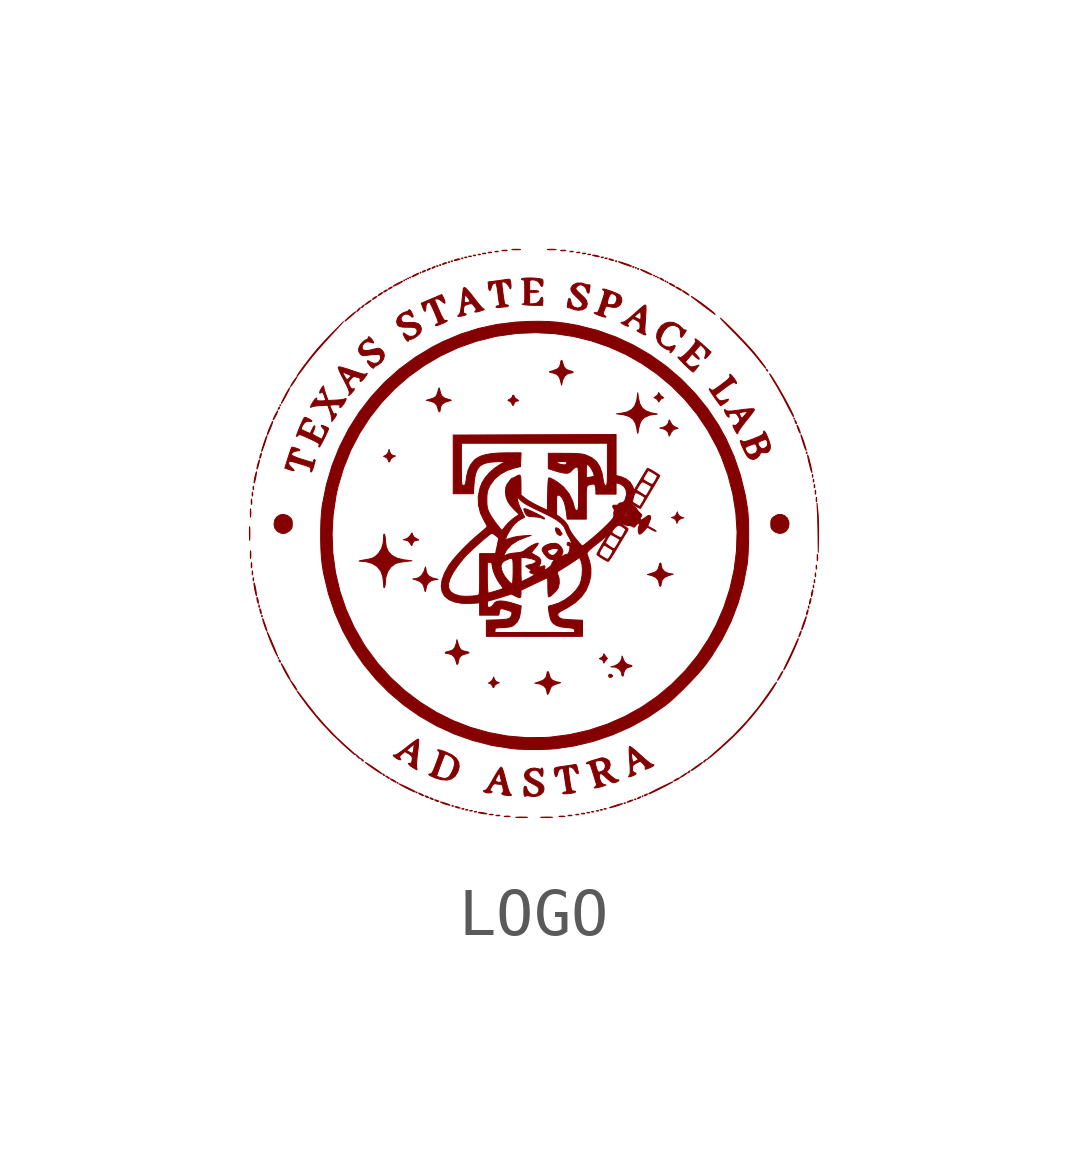
<source format=kicad_sym>
(kicad_symbol_lib
  (version 20220914)
  (generator kicad_symbol_editor)
  (symbol "LOGO"
    (pin_names
      (offset 1.016))
    (property "Reference" "#G"
      (at 0 6.871 0)
      (effects (font (size 1.27 1.27)) hide))
    (symbol "LOGO_0_0"
      (polyline (pts (xy -5.264 -2.792) (xy -5.274 -2.782) (xy -5.284 -2.792) (xy -5.274 -2.802) (xy -5.264 -2.792)) (stroke (width 0.01) (type default)) (fill (type outline)))
      (polyline (pts (xy -5.224 2.472) (xy -5.234 2.482) (xy -5.244 2.472) (xy -5.234 2.462) (xy -5.224 2.472)) (stroke (width 0.01) (type default)) (fill (type outline)))
      (polyline (pts (xy -2.782 -5.394) (xy -2.792 -5.384) (xy -2.802 -5.394) (xy -2.792 -5.404) (xy -2.782 -5.394)) (stroke (width 0.01) (type default)) (fill (type outline)))
      (polyline (pts (xy -2.642 5.074) (xy -2.652 5.084) (xy -2.662 5.074) (xy -2.652 5.064) (xy -2.642 5.074)) (stroke (width 0.01) (type default)) (fill (type outline)))
      (polyline (pts (xy -2.602 5.094) (xy -2.612 5.104) (xy -2.622 5.094) (xy -2.612 5.084) (xy -2.602 5.094)) (stroke (width 0.01) (type default)) (fill (type outline)))
      (polyline (pts (xy -2.562 5.114) (xy -2.572 5.124) (xy -2.582 5.114) (xy -2.572 5.104) (xy -2.562 5.114)) (stroke (width 0.01) (type default)) (fill (type outline)))
      (polyline (pts (xy -2.522 5.134) (xy -2.532 5.144) (xy -2.542 5.134) (xy -2.532 5.124) (xy -2.522 5.134)) (stroke (width 0.01) (type default)) (fill (type outline)))
      (polyline (pts (xy -2.382 -5.594) (xy -2.392 -5.584) (xy -2.402 -5.594) (xy -2.392 -5.604) (xy -2.382 -5.594)) (stroke (width 0.01) (type default)) (fill (type outline)))
      (polyline (pts (xy -2.302 5.234) (xy -2.312 5.244) (xy -2.322 5.234) (xy -2.312 5.224) (xy -2.302 5.234)) (stroke (width 0.01) (type default)) (fill (type outline)))
      (polyline (pts (xy 2.182 5.334) (xy 2.172 5.344) (xy 2.162 5.334) (xy 2.172 5.324) (xy 2.182 5.334)) (stroke (width 0.01) (type default)) (fill (type outline)))
      (polyline (pts (xy 2.322 -5.674) (xy 2.312 -5.664) (xy 2.302 -5.674) (xy 2.312 -5.684) (xy 2.322 -5.674)) (stroke (width 0.01) (type default)) (fill (type outline)))
      (polyline (pts (xy 2.562 5.174) (xy 2.552 5.184) (xy 2.542 5.174) (xy 2.552 5.164) (xy 2.562 5.174)) (stroke (width 0.01) (type default)) (fill (type outline)))
      (polyline (pts (xy 2.602 5.154) (xy 2.592 5.164) (xy 2.582 5.154) (xy 2.592 5.144) (xy 2.602 5.154)) (stroke (width 0.01) (type default)) (fill (type outline)))
      (polyline (pts (xy 2.642 5.134) (xy 2.632 5.144) (xy 2.622 5.134) (xy 2.632 5.124) (xy 2.642 5.134)) (stroke (width 0.01) (type default)) (fill (type outline)))
      (polyline (pts (xy 2.802 5.054) (xy 2.792 5.064) (xy 2.782 5.054) (xy 2.792 5.044) (xy 2.802 5.054)) (stroke (width 0.01) (type default)) (fill (type outline)))
      (polyline (pts (xy 2.842 5.034) (xy 2.832 5.044) (xy 2.822 5.034) (xy 2.832 5.024) (xy 2.842 5.034)) (stroke (width 0.01) (type default)) (fill (type outline)))
      (polyline (pts (xy 5.484 2.192) (xy 5.474 2.202) (xy 5.464 2.192) (xy 5.474 2.182) (xy 5.484 2.192)) (stroke (width 0.01) (type default)) (fill (type outline)))
      (polyline (pts (xy -5.668 -1.729) (xy -5.671 -1.698) (xy -5.678 -1.688) (xy -5.683 -1.71) (xy -5.681 -1.73) (xy -5.672 -1.736) (xy -5.668 -1.729)) (stroke (width 0.01) (type default)) (fill (type outline)))
      (polyline (pts (xy -5.609 -1.932) (xy -5.611 -1.908) (xy -5.617 -1.905) (xy -5.625 -1.921) (xy -5.623 -1.932) (xy -5.611 -1.935) (xy -5.609 -1.932)) (stroke (width 0.01) (type default)) (fill (type outline)))
      (polyline (pts (xy -1.951 5.366) (xy -1.948 5.378) (xy -1.951 5.38) (xy -1.975 5.378) (xy -1.978 5.372) (xy -1.962 5.364) (xy -1.951 5.366)) (stroke (width 0.01) (type default)) (fill (type outline)))
      (polyline (pts (xy -1.891 5.386) (xy -1.888 5.398) (xy -1.891 5.4) (xy -1.915 5.398) (xy -1.918 5.392) (xy -1.901 5.384) (xy -1.891 5.386)) (stroke (width 0.01) (type default)) (fill (type outline)))
      (polyline (pts (xy -1.711 5.446) (xy -1.708 5.458) (xy -1.711 5.46) (xy -1.735 5.458) (xy -1.738 5.452) (xy -1.721 5.444) (xy -1.711 5.446)) (stroke (width 0.01) (type default)) (fill (type outline)))
      (polyline (pts (xy -1.651 5.466) (xy -1.648 5.478) (xy -1.651 5.48) (xy -1.675 5.478) (xy -1.678 5.472) (xy -1.661 5.464) (xy -1.651 5.466)) (stroke (width 0.01) (type default)) (fill (type outline)))
      (polyline (pts (xy -1.631 -5.883) (xy -1.628 -5.871) (xy -1.631 -5.869) (xy -1.655 -5.871) (xy -1.658 -5.877) (xy -1.641 -5.885) (xy -1.631 -5.883)) (stroke (width 0.01) (type default)) (fill (type outline)))
      (polyline (pts (xy -1.431 5.526) (xy -1.428 5.538) (xy -1.431 5.54) (xy -1.454 5.538) (xy -1.458 5.532) (xy -1.441 5.524) (xy -1.431 5.526)) (stroke (width 0.01) (type default)) (fill (type outline)))
      (polyline (pts (xy -1.413 -5.942) (xy -1.407 -5.933) (xy -1.414 -5.929) (xy -1.445 -5.931) (xy -1.454 -5.938) (xy -1.433 -5.943) (xy -1.413 -5.942)) (stroke (width 0.01) (type default)) (fill (type outline)))
      (polyline (pts (xy -1.353 5.547) (xy -1.347 5.556) (xy -1.354 5.561) (xy -1.385 5.558) (xy -1.394 5.551) (xy -1.373 5.546) (xy -1.353 5.547)) (stroke (width 0.01) (type default)) (fill (type outline)))
      (polyline (pts (xy -1.333 -5.962) (xy -1.327 -5.953) (xy -1.334 -5.949) (xy -1.365 -5.951) (xy -1.374 -5.958) (xy -1.353 -5.963) (xy -1.333 -5.962)) (stroke (width 0.01) (type default)) (fill (type outline)))
      (polyline (pts (xy -1.254 5.57) (xy -1.256 5.578) (xy -1.265 5.58) (xy -1.306 5.578) (xy -1.31 5.571) (xy -1.281 5.568) (xy -1.254 5.57)) (stroke (width 0.01) (type default)) (fill (type outline)))
      (polyline (pts (xy -1.234 -5.979) (xy -1.236 -5.971) (xy -1.245 -5.969) (xy -1.286 -5.971) (xy -1.289 -5.978) (xy -1.261 -5.981) (xy -1.234 -5.979)) (stroke (width 0.01) (type default)) (fill (type outline)))
      (polyline (pts (xy -1.172 5.587) (xy -1.166 5.596) (xy -1.173 5.601) (xy -1.205 5.598) (xy -1.214 5.591) (xy -1.193 5.586) (xy -1.172 5.587)) (stroke (width 0.01) (type default)) (fill (type outline)))
      (polyline (pts (xy -1.152 -6.002) (xy -1.146 -5.993) (xy -1.153 -5.989) (xy -1.185 -5.991) (xy -1.194 -5.998) (xy -1.173 -6.003) (xy -1.152 -6.002)) (stroke (width 0.01) (type default)) (fill (type outline)))
      (polyline (pts (xy -1.072 5.607) (xy -1.066 5.617) (xy -1.073 5.62) (xy -1.105 5.618) (xy -1.114 5.611) (xy -1.093 5.606) (xy -1.072 5.607)) (stroke (width 0.01) (type default)) (fill (type outline)))
      (polyline (pts (xy 1.208 -6.019) (xy 1.206 -6.011) (xy 1.197 -6.009) (xy 1.156 -6.011) (xy 1.153 -6.018) (xy 1.181 -6.021) (xy 1.208 -6.019)) (stroke (width 0.01) (type default)) (fill (type outline)))
      (polyline (pts (xy 1.228 5.61) (xy 1.226 5.618) (xy 1.217 5.62) (xy 1.176 5.618) (xy 1.173 5.611) (xy 1.201 5.608) (xy 1.228 5.61)) (stroke (width 0.01) (type default)) (fill (type outline)))
      (polyline (pts (xy 1.29 -6.002) (xy 1.296 -5.993) (xy 1.288 -5.989) (xy 1.257 -5.991) (xy 1.248 -5.998) (xy 1.269 -6.003) (xy 1.29 -6.002)) (stroke (width 0.01) (type default)) (fill (type outline)))
      (polyline (pts (xy 1.39 -5.982) (xy 1.396 -5.973) (xy 1.389 -5.969) (xy 1.357 -5.971) (xy 1.348 -5.978) (xy 1.369 -5.983) (xy 1.39 -5.982)) (stroke (width 0.01) (type default)) (fill (type outline)))
      (polyline (pts (xy 1.47 -5.962) (xy 1.476 -5.953) (xy 1.469 -5.949) (xy 1.437 -5.951) (xy 1.428 -5.958) (xy 1.449 -5.963) (xy 1.47 -5.962)) (stroke (width 0.01) (type default)) (fill (type outline)))
      (polyline (pts (xy 1.49 5.547) (xy 1.496 5.556) (xy 1.489 5.561) (xy 1.457 5.558) (xy 1.448 5.551) (xy 1.47 5.546) (xy 1.49 5.547)) (stroke (width 0.01) (type default)) (fill (type outline)))
      (polyline (pts (xy 1.55 -5.942) (xy 1.556 -5.933) (xy 1.549 -5.929) (xy 1.517 -5.931) (xy 1.508 -5.938) (xy 1.53 -5.943) (xy 1.55 -5.942)) (stroke (width 0.01) (type default)) (fill (type outline)))
      (polyline (pts (xy 1.57 5.527) (xy 1.576 5.537) (xy 1.569 5.54) (xy 1.537 5.538) (xy 1.528 5.531) (xy 1.55 5.526) (xy 1.57 5.527)) (stroke (width 0.01) (type default)) (fill (type outline)))
      (polyline (pts (xy 1.772 5.466) (xy 1.775 5.478) (xy 1.772 5.48) (xy 1.748 5.478) (xy 1.745 5.472) (xy 1.761 5.464) (xy 1.772 5.466)) (stroke (width 0.01) (type default)) (fill (type outline)))
      (polyline (pts (xy 1.952 -5.823) (xy 1.955 -5.811) (xy 1.952 -5.809) (xy 1.928 -5.811) (xy 1.925 -5.817) (xy 1.942 -5.824) (xy 1.952 -5.823)) (stroke (width 0.01) (type default)) (fill (type outline)))
      (polyline (pts (xy 2.132 5.346) (xy 2.135 5.358) (xy 2.132 5.36) (xy 2.108 5.358) (xy 2.105 5.352) (xy 2.122 5.344) (xy 2.132 5.346)) (stroke (width 0.01) (type default)) (fill (type outline)))
      (polyline (pts (xy 2.172 -5.743) (xy 2.175 -5.731) (xy 2.172 -5.729) (xy 2.148 -5.731) (xy 2.145 -5.737) (xy 2.162 -5.745) (xy 2.172 -5.743)) (stroke (width 0.01) (type default)) (fill (type outline)))
      (polyline (pts (xy 2.232 5.306) (xy 2.235 5.318) (xy 2.232 5.32) (xy 2.208 5.318) (xy 2.205 5.311) (xy 2.222 5.304) (xy 2.232 5.306)) (stroke (width 0.01) (type default)) (fill (type outline)))
      (polyline (pts (xy 5.74 1.471) (xy 5.738 1.494) (xy 5.732 1.498) (xy 5.724 1.481) (xy 5.726 1.471) (xy 5.738 1.468) (xy 5.74 1.471)) (stroke (width 0.01) (type default)) (fill (type outline)))
      (polyline (pts (xy 5.781 -1.749) (xy 5.778 -1.718) (xy 5.771 -1.708) (xy 5.766 -1.73) (xy 5.768 -1.75) (xy 5.777 -1.756) (xy 5.781 -1.749)) (stroke (width 0.01) (type default)) (fill (type outline)))
      (polyline (pts (xy 5.858 0.976) (xy 5.861 0.985) (xy 5.858 1.026) (xy 5.851 1.029) (xy 5.848 1.001) (xy 5.851 0.973) (xy 5.858 0.976)) (stroke (width 0.01) (type default)) (fill (type outline)))
      (polyline (pts (xy 5.878 -1.326) (xy 5.88 -1.317) (xy 5.878 -1.276) (xy 5.871 -1.273) (xy 5.868 -1.301) (xy 5.87 -1.329) (xy 5.878 -1.326)) (stroke (width 0.01) (type default)) (fill (type outline)))
      (polyline (pts (xy 5.878 0.876) (xy 5.88 0.885) (xy 5.878 0.926) (xy 5.871 0.929) (xy 5.868 0.901) (xy 5.87 0.873) (xy 5.878 0.876)) (stroke (width 0.01) (type default)) (fill (type outline)))
      (polyline (pts (xy -5.262 2.397) (xy -5.25 2.411) (xy -5.248 2.433) (xy -5.257 2.432) (xy -5.273 2.408) (xy -5.274 2.404) (xy -5.279 2.384) (xy -5.262 2.397)) (stroke (width 0.01) (type default)) (fill (type outline)))
      (polyline (pts (xy -5.237 -2.851) (xy -5.245 -2.837) (xy -5.259 -2.83) (xy -5.261 -2.835) (xy -5.255 -2.861) (xy -5.246 -2.874) (xy -5.232 -2.88) (xy -5.237 -2.851)) (stroke (width 0.01) (type default)) (fill (type outline)))
      (polyline (pts (xy -3.585 -4.883) (xy -3.59 -4.867) (xy -3.628 -4.832) (xy -3.673 -4.794) (xy -3.635 -4.839) (xy -3.606 -4.87) (xy -3.59 -4.884) (xy -3.585 -4.883)) (stroke (width 0.01) (type default)) (fill (type outline)))
      (polyline (pts (xy -3.068 -5.244) (xy -3.064 -5.232) (xy -3.086 -5.212) (xy -3.097 -5.207) (xy -3.094 -5.221) (xy -3.088 -5.23) (xy -3.071 -5.244) (xy -3.068 -5.244)) (stroke (width 0.01) (type default)) (fill (type outline)))
      (polyline (pts (xy 4.924 3.191) (xy 4.922 3.196) (xy 4.901 3.215) (xy 4.889 3.219) (xy 4.892 3.206) (xy 4.895 3.202) (xy 4.914 3.183) (xy 4.924 3.191)) (stroke (width 0.01) (type default)) (fill (type outline)))
      (polyline (pts (xy 5.52 2.102) (xy 5.507 2.135) (xy 5.49 2.158) (xy 5.485 2.151) (xy 5.497 2.112) (xy 5.505 2.096) (xy 5.519 2.089) (xy 5.52 2.102)) (stroke (width 0.01) (type default)) (fill (type outline)))
      (polyline (pts (xy -5.83 -0.906) (xy -5.827 -0.874) (xy -5.83 -0.816) (xy -5.834 -0.805) (xy -5.838 -0.817) (xy -5.839 -0.861) (xy -5.839 -0.89) (xy -5.835 -0.915) (xy -5.83 -0.906)) (stroke (width 0.01) (type default)) (fill (type outline)))
      (polyline (pts (xy -5.83 0.415) (xy -5.827 0.447) (xy -5.83 0.505) (xy -5.834 0.516) (xy -5.838 0.504) (xy -5.839 0.46) (xy -5.839 0.431) (xy -5.835 0.406) (xy -5.83 0.415)) (stroke (width 0.01) (type default)) (fill (type outline)))
      (polyline (pts (xy -5.811 -1.056) (xy -5.808 -1.036) (xy -5.811 -0.986) (xy -5.813 -0.98) (xy -5.818 -0.984) (xy -5.82 -1.021) (xy -5.82 -1.034) (xy -5.817 -1.062) (xy -5.811 -1.056)) (stroke (width 0.01) (type default)) (fill (type outline)))
      (polyline (pts (xy -5.811 0.586) (xy -5.808 0.605) (xy -5.811 0.656) (xy -5.813 0.661) (xy -5.818 0.657) (xy -5.82 0.621) (xy -5.82 0.607) (xy -5.817 0.579) (xy -5.811 0.586)) (stroke (width 0.01) (type default)) (fill (type outline)))
      (polyline (pts (xy -5.792 -1.186) (xy -5.788 -1.17) (xy -5.791 -1.126) (xy -5.792 -1.123) (xy -5.798 -1.12) (xy -5.801 -1.151) (xy -5.801 -1.156) (xy -5.798 -1.187) (xy -5.792 -1.186)) (stroke (width 0.01) (type default)) (fill (type outline)))
      (polyline (pts (xy -5.792 0.715) (xy -5.788 0.732) (xy -5.791 0.775) (xy -5.792 0.779) (xy -5.798 0.782) (xy -5.801 0.751) (xy -5.801 0.746) (xy -5.798 0.715) (xy -5.792 0.715)) (stroke (width 0.01) (type default)) (fill (type outline)))
      (polyline (pts (xy -5.644 1.391) (xy -5.635 1.418) (xy -5.627 1.461) (xy -5.631 1.473) (xy -5.644 1.451) (xy -5.654 1.424) (xy -5.662 1.381) (xy -5.658 1.369) (xy -5.644 1.391)) (stroke (width 0.01) (type default)) (fill (type outline)))
      (polyline (pts (xy -5.629 -1.855) (xy -5.636 -1.813) (xy -5.648 -1.778) (xy -5.658 -1.768) (xy -5.66 -1.788) (xy -5.653 -1.83) (xy -5.641 -1.865) (xy -5.631 -1.875) (xy -5.629 -1.855)) (stroke (width 0.01) (type default)) (fill (type outline)))
      (polyline (pts (xy -4.988 2.901) (xy -4.951 2.952) (xy -4.914 3.011) (xy -4.88 3.072) (xy -4.92 3.024) (xy -4.957 2.973) (xy -4.994 2.914) (xy -5.027 2.852) (xy -4.988 2.901)) (stroke (width 0.01) (type default)) (fill (type outline)))
      (polyline (pts (xy -3.623 4.434) (xy -3.593 4.464) (xy -3.571 4.491) (xy -3.567 4.504) (xy -3.583 4.493) (xy -3.613 4.464) (xy -3.635 4.436) (xy -3.639 4.423) (xy -3.623 4.434)) (stroke (width 0.01) (type default)) (fill (type outline)))
      (polyline (pts (xy -3.503 -4.936) (xy -3.51 -4.926) (xy -3.538 -4.901) (xy -3.552 -4.89) (xy -3.563 -4.885) (xy -3.545 -4.909) (xy -3.539 -4.917) (xy -3.513 -4.942) (xy -3.503 -4.936)) (stroke (width 0.01) (type default)) (fill (type outline)))
      (polyline (pts (xy -3.5 4.539) (xy -3.489 4.553) (xy -3.484 4.564) (xy -3.508 4.546) (xy -3.529 4.528) (xy -3.543 4.511) (xy -3.542 4.508) (xy -3.53 4.508) (xy -3.5 4.539)) (stroke (width 0.01) (type default)) (fill (type outline)))
      (polyline (pts (xy -3.042 4.844) (xy -3.018 4.859) (xy -3.002 4.875) (xy -3.011 4.877) (xy -3.042 4.864) (xy -3.067 4.848) (xy -3.083 4.832) (xy -3.073 4.831) (xy -3.042 4.844)) (stroke (width 0.01) (type default)) (fill (type outline)))
      (polyline (pts (xy -2.962 -5.295) (xy -2.973 -5.284) (xy -3.007 -5.264) (xy -3.032 -5.252) (xy -3.039 -5.252) (xy -3.014 -5.273) (xy -2.993 -5.289) (xy -2.969 -5.303) (xy -2.962 -5.295)) (stroke (width 0.01) (type default)) (fill (type outline)))
      (polyline (pts (xy -2.942 4.904) (xy -2.918 4.919) (xy -2.902 4.935) (xy -2.911 4.937) (xy -2.942 4.924) (xy -2.967 4.909) (xy -2.982 4.893) (xy -2.973 4.891) (xy -2.942 4.904)) (stroke (width 0.01) (type default)) (fill (type outline)))
      (polyline (pts (xy -2.258 5.247) (xy -2.222 5.264) (xy -2.208 5.275) (xy -2.212 5.284) (xy -2.225 5.281) (xy -2.262 5.264) (xy -2.275 5.253) (xy -2.272 5.245) (xy -2.258 5.247)) (stroke (width 0.01) (type default)) (fill (type outline)))
      (polyline (pts (xy -2.158 5.287) (xy -2.122 5.304) (xy -2.108 5.315) (xy -2.112 5.324) (xy -2.125 5.321) (xy -2.162 5.304) (xy -2.175 5.293) (xy -2.172 5.285) (xy -2.158 5.287)) (stroke (width 0.01) (type default)) (fill (type outline)))
      (polyline (pts (xy -2.146 -5.7) (xy -2.162 -5.684) (xy -2.179 -5.675) (xy -2.212 -5.665) (xy -2.218 -5.669) (xy -2.202 -5.684) (xy -2.185 -5.694) (xy -2.152 -5.704) (xy -2.146 -5.7)) (stroke (width 0.01) (type default)) (fill (type outline)))
      (polyline (pts (xy -2.058 5.327) (xy -2.022 5.344) (xy -2.008 5.355) (xy -2.012 5.364) (xy -2.025 5.361) (xy -2.062 5.344) (xy -2.075 5.333) (xy -2.072 5.325) (xy -2.058 5.327)) (stroke (width 0.01) (type default)) (fill (type outline)))
      (polyline (pts (xy -2.046 -5.74) (xy -2.062 -5.724) (xy -2.079 -5.715) (xy -2.112 -5.705) (xy -2.118 -5.709) (xy -2.102 -5.724) (xy -2.084 -5.734) (xy -2.052 -5.744) (xy -2.046 -5.74)) (stroke (width 0.01) (type default)) (fill (type outline)))
      (polyline (pts (xy -1.929 -5.778) (xy -1.952 -5.764) (xy -1.966 -5.759) (xy -2.003 -5.748) (xy -2.017 -5.75) (xy -2.002 -5.764) (xy -1.984 -5.773) (xy -1.942 -5.783) (xy -1.929 -5.778)) (stroke (width 0.01) (type default)) (fill (type outline)))
      (polyline (pts (xy -1.834 5.409) (xy -1.792 5.424) (xy -1.77 5.437) (xy -1.781 5.443) (xy -1.799 5.441) (xy -1.841 5.424) (xy -1.85 5.419) (xy -1.856 5.407) (xy -1.834 5.409)) (stroke (width 0.01) (type default)) (fill (type outline)))
      (polyline (pts (xy -1.489 -5.918) (xy -1.511 -5.905) (xy -1.538 -5.895) (xy -1.581 -5.887) (xy -1.593 -5.891) (xy -1.571 -5.905) (xy -1.544 -5.914) (xy -1.501 -5.922) (xy -1.489 -5.918)) (stroke (width 0.01) (type default)) (fill (type outline)))
      (polyline (pts (xy -0.955 5.631) (xy -0.955 5.638) (xy -0.972 5.641) (xy -1.016 5.638) (xy -1.019 5.637) (xy -1.022 5.631) (xy -0.991 5.628) (xy -0.986 5.628) (xy -0.955 5.631)) (stroke (width 0.01) (type default)) (fill (type outline)))
      (polyline (pts (xy -0.835 5.651) (xy -0.835 5.658) (xy -0.852 5.661) (xy -0.895 5.658) (xy -0.899 5.657) (xy -0.902 5.651) (xy -0.871 5.648) (xy -0.866 5.648) (xy -0.835 5.651)) (stroke (width 0.01) (type default)) (fill (type outline)))
      (polyline (pts (xy -0.827 -6.06) (xy -0.799 -6.057) (xy -0.806 -6.051) (xy -0.825 -6.048) (xy -0.876 -6.051) (xy -0.881 -6.053) (xy -0.877 -6.058) (xy -0.841 -6.06) (xy -0.827 -6.06)) (stroke (width 0.01) (type default)) (fill (type outline)))
      (polyline (pts (xy -0.695 5.671) (xy -0.695 5.678) (xy -0.712 5.681) (xy -0.755 5.678) (xy -0.759 5.677) (xy -0.762 5.671) (xy -0.731 5.668) (xy -0.726 5.668) (xy -0.695 5.671)) (stroke (width 0.01) (type default)) (fill (type outline)))
      (polyline (pts (xy -0.687 -6.08) (xy -0.659 -6.077) (xy -0.666 -6.071) (xy -0.685 -6.068) (xy -0.736 -6.071) (xy -0.741 -6.073) (xy -0.737 -6.078) (xy -0.701 -6.08) (xy -0.687 -6.08)) (stroke (width 0.01) (type default)) (fill (type outline)))
      (polyline (pts (xy -0.531 5.691) (xy -0.506 5.694) (xy -0.515 5.699) (xy -0.547 5.702) (xy -0.606 5.699) (xy -0.616 5.696) (xy -0.604 5.691) (xy -0.56 5.69) (xy -0.531 5.691)) (stroke (width 0.01) (type default)) (fill (type outline)))
      (polyline (pts (xy -0.473 -6.098) (xy -0.447 -6.095) (xy -0.455 -6.091) (xy -0.496 -6.087) (xy -0.555 -6.09) (xy -0.569 -6.094) (xy -0.556 -6.098) (xy -0.51 -6.099) (xy -0.473 -6.098)) (stroke (width 0.01) (type default)) (fill (type outline)))
      (polyline (pts (xy 0.668 -6.098) (xy 0.694 -6.095) (xy 0.686 -6.091) (xy 0.645 -6.087) (xy 0.586 -6.09) (xy 0.572 -6.094) (xy 0.585 -6.098) (xy 0.63 -6.099) (xy 0.668 -6.098)) (stroke (width 0.01) (type default)) (fill (type outline)))
      (polyline (pts (xy 0.69 5.691) (xy 0.715 5.694) (xy 0.706 5.699) (xy 0.674 5.702) (xy 0.615 5.699) (xy 0.605 5.696) (xy 0.617 5.691) (xy 0.66 5.69) (xy 0.69 5.691)) (stroke (width 0.01) (type default)) (fill (type outline)))
      (polyline (pts (xy 0.814 -6.08) (xy 0.842 -6.077) (xy 0.836 -6.071) (xy 0.816 -6.068) (xy 0.766 -6.071) (xy 0.76 -6.073) (xy 0.764 -6.078) (xy 0.801 -6.08) (xy 0.814 -6.08)) (stroke (width 0.01) (type default)) (fill (type outline)))
      (polyline (pts (xy 0.867 5.671) (xy 0.866 5.678) (xy 0.85 5.681) (xy 0.806 5.678) (xy 0.802 5.677) (xy 0.8 5.671) (xy 0.831 5.668) (xy 0.835 5.668) (xy 0.867 5.671)) (stroke (width 0.01) (type default)) (fill (type outline)))
      (polyline (pts (xy 0.987 -6.058) (xy 0.986 -6.052) (xy 0.97 -6.048) (xy 0.926 -6.051) (xy 0.923 -6.052) (xy 0.92 -6.058) (xy 0.951 -6.061) (xy 0.955 -6.061) (xy 0.987 -6.058)) (stroke (width 0.01) (type default)) (fill (type outline)))
      (polyline (pts (xy 1.007 5.651) (xy 1.006 5.658) (xy 0.99 5.661) (xy 0.946 5.658) (xy 0.943 5.657) (xy 0.94 5.651) (xy 0.971 5.648) (xy 0.976 5.648) (xy 1.007 5.651)) (stroke (width 0.01) (type default)) (fill (type outline)))
      (polyline (pts (xy 1.107 -6.038) (xy 1.106 -6.032) (xy 1.09 -6.028) (xy 1.046 -6.031) (xy 1.043 -6.032) (xy 1.04 -6.038) (xy 1.071 -6.041) (xy 1.075 -6.041) (xy 1.107 -6.038)) (stroke (width 0.01) (type default)) (fill (type outline)))
      (polyline (pts (xy 1.127 5.631) (xy 1.126 5.638) (xy 1.11 5.641) (xy 1.066 5.638) (xy 1.063 5.637) (xy 1.06 5.631) (xy 1.091 5.628) (xy 1.096 5.628) (xy 1.127 5.631)) (stroke (width 0.01) (type default)) (fill (type outline)))
      (polyline (pts (xy 1.713 5.491) (xy 1.691 5.504) (xy 1.664 5.514) (xy 1.621 5.522) (xy 1.609 5.518) (xy 1.631 5.504) (xy 1.659 5.495) (xy 1.701 5.487) (xy 1.713 5.491)) (stroke (width 0.01) (type default)) (fill (type outline)))
      (polyline (pts (xy 2.225 -5.721) (xy 2.262 -5.705) (xy 2.275 -5.693) (xy 2.272 -5.685) (xy 2.258 -5.688) (xy 2.222 -5.705) (xy 2.208 -5.716) (xy 2.212 -5.724) (xy 2.225 -5.721)) (stroke (width 0.01) (type default)) (fill (type outline)))
      (polyline (pts (xy 2.365 -5.661) (xy 2.402 -5.644) (xy 2.415 -5.633) (xy 2.412 -5.625) (xy 2.398 -5.628) (xy 2.362 -5.644) (xy 2.348 -5.655) (xy 2.352 -5.664) (xy 2.365 -5.661)) (stroke (width 0.01) (type default)) (fill (type outline)))
      (polyline (pts (xy 3.132 -5.267) (xy 3.164 -5.248) (xy 3.212 -5.214) (xy 3.252 -5.182) (xy 3.212 -5.202) (xy 3.181 -5.22) (xy 3.132 -5.254) (xy 3.092 -5.286) (xy 3.132 -5.267)) (stroke (width 0.01) (type default)) (fill (type outline)))
      (polyline (pts (xy 3.274 -5.183) (xy 3.293 -5.164) (xy 3.296 -5.157) (xy 3.295 -5.144) (xy 3.291 -5.145) (xy 3.272 -5.164) (xy 3.269 -5.171) (xy 3.27 -5.184) (xy 3.274 -5.183)) (stroke (width 0.01) (type default)) (fill (type outline)))
      (polyline (pts (xy 3.625 -4.929) (xy 3.636 -4.914) (xy 3.642 -4.904) (xy 3.618 -4.921) (xy 3.596 -4.94) (xy 3.583 -4.956) (xy 3.583 -4.96) (xy 3.596 -4.96) (xy 3.625 -4.929)) (stroke (width 0.01) (type default)) (fill (type outline)))
      (polyline (pts (xy 5.745 -1.871) (xy 5.754 -1.844) (xy 5.762 -1.801) (xy 5.758 -1.79) (xy 5.745 -1.811) (xy 5.735 -1.839) (xy 5.727 -1.881) (xy 5.731 -1.893) (xy 5.745 -1.871)) (stroke (width 0.01) (type default)) (fill (type outline)))
      (polyline (pts (xy 5.898 -1.226) (xy 5.901 -1.21) (xy 5.899 -1.166) (xy 5.897 -1.163) (xy 5.891 -1.16) (xy 5.888 -1.191) (xy 5.888 -1.196) (xy 5.891 -1.227) (xy 5.898 -1.226)) (stroke (width 0.01) (type default)) (fill (type outline)))
      (polyline (pts (xy 5.898 0.755) (xy 5.901 0.772) (xy 5.899 0.815) (xy 5.897 0.819) (xy 5.891 0.822) (xy 5.888 0.791) (xy 5.888 0.786) (xy 5.891 0.755) (xy 5.898 0.755)) (stroke (width 0.01) (type default)) (fill (type outline)))
      (polyline (pts (xy 5.918 -1.096) (xy 5.921 -1.077) (xy 5.918 -1.026) (xy 5.917 -1.02) (xy 5.911 -1.024) (xy 5.909 -1.061) (xy 5.909 -1.074) (xy 5.913 -1.102) (xy 5.918 -1.096)) (stroke (width 0.01) (type default)) (fill (type outline)))
      (polyline (pts (xy 5.918 0.625) (xy 5.921 0.645) (xy 5.918 0.696) (xy 5.917 0.701) (xy 5.911 0.697) (xy 5.909 0.661) (xy 5.909 0.647) (xy 5.913 0.619) (xy 5.918 0.625)) (stroke (width 0.01) (type default)) (fill (type outline)))
      (polyline (pts (xy 5.938 -0.936) (xy 5.941 -0.916) (xy 5.938 -0.866) (xy 5.937 -0.86) (xy 5.931 -0.864) (xy 5.929 -0.901) (xy 5.929 -0.914) (xy 5.933 -0.942) (xy 5.938 -0.936)) (stroke (width 0.01) (type default)) (fill (type outline)))
      (polyline (pts (xy 5.938 0.465) (xy 5.942 0.493) (xy 5.939 0.545) (xy 5.936 0.555) (xy 5.932 0.549) (xy 5.93 0.51) (xy 5.93 0.489) (xy 5.933 0.461) (xy 5.938 0.465)) (stroke (width 0.01) (type default)) (fill (type outline)))
      (polyline (pts (xy 5.959 -0.756) (xy 5.962 -0.71) (xy 5.959 -0.645) (xy 5.955 -0.633) (xy 5.952 -0.651) (xy 5.951 -0.701) (xy 5.952 -0.745) (xy 5.955 -0.768) (xy 5.959 -0.756)) (stroke (width 0.01) (type default)) (fill (type outline)))
      (polyline (pts (xy -1.568 5.492) (xy -1.521 5.504) (xy -1.503 5.51) (xy -1.489 5.519) (xy -1.511 5.521) (xy -1.539 5.519) (xy -1.591 5.504) (xy -1.611 5.492) (xy -1.601 5.488) (xy -1.568 5.492)) (stroke (width 0.01) (type default)) (fill (type outline)))
      (polyline (pts (xy 2.76 5.071) (xy 2.733 5.095) (xy 2.704 5.113) (xy 2.673 5.123) (xy 2.673 5.123) (xy 2.673 5.114) (xy 2.702 5.094) (xy 2.721 5.084) (xy 2.756 5.067) (xy 2.76 5.071)) (stroke (width 0.01) (type default)) (fill (type outline)))
      (polyline (pts (xy 5.804 -1.651) (xy 5.814 -1.624) (xy 5.821 -1.571) (xy 5.821 -1.557) (xy 5.816 -1.551) (xy 5.804 -1.581) (xy 5.794 -1.619) (xy 5.788 -1.661) (xy 5.792 -1.673) (xy 5.804 -1.651)) (stroke (width 0.01) (type default)) (fill (type outline)))
      (polyline (pts (xy -5.85 -0.706) (xy -5.847 -0.646) (xy -5.85 -0.575) (xy -5.851 -0.572) (xy -5.854 -0.561) (xy -5.857 -0.586) (xy -5.858 -0.64) (xy -5.858 -0.649) (xy -5.857 -0.7) (xy -5.854 -0.721) (xy -5.85 -0.706)) (stroke (width 0.01) (type default)) (fill (type outline)))
      (polyline (pts (xy -5.69 -1.635) (xy -5.697 -1.584) (xy -5.698 -1.578) (xy -5.71 -1.54) (xy -5.719 -1.529) (xy -5.72 -1.53) (xy -5.721 -1.555) (xy -5.715 -1.601) (xy -5.703 -1.641) (xy -5.693 -1.655) (xy -5.69 -1.635)) (stroke (width 0.01) (type default)) (fill (type outline)))
      (polyline (pts (xy -3.275 4.694) (xy -3.273 4.695) (xy -3.237 4.721) (xy -3.223 4.737) (xy -3.232 4.738) (xy -3.26 4.725) (xy -3.292 4.703) (xy -3.314 4.681) (xy -3.315 4.679) (xy -3.307 4.677) (xy -3.275 4.694)) (stroke (width 0.01) (type default)) (fill (type outline)))
      (polyline (pts (xy -3.155 4.774) (xy -3.153 4.775) (xy -3.117 4.801) (xy -3.103 4.817) (xy -3.112 4.819) (xy -3.14 4.805) (xy -3.172 4.783) (xy -3.194 4.762) (xy -3.195 4.759) (xy -3.187 4.757) (xy -3.155 4.774)) (stroke (width 0.01) (type default)) (fill (type outline)))
      (polyline (pts (xy -2.253 -5.654) (xy -2.282 -5.634) (xy -2.321 -5.615) (xy -2.352 -5.606) (xy -2.353 -5.606) (xy -2.351 -5.614) (xy -2.322 -5.634) (xy -2.283 -5.654) (xy -2.252 -5.663) (xy -2.251 -5.663) (xy -2.253 -5.654)) (stroke (width 0.01) (type default)) (fill (type outline)))
      (polyline (pts (xy -0.933 -6.039) (xy -0.933 -6.035) (xy -0.971 -6.025) (xy -1.023 -6.015) (xy -1.081 -6.009) (xy -1.108 -6.01) (xy -1.108 -6.014) (xy -1.071 -6.025) (xy -1.018 -6.035) (xy -0.961 -6.04) (xy -0.933 -6.039)) (stroke (width 0.01) (type default)) (fill (type outline)))
      (polyline (pts (xy -0.296 5.711) (xy -0.246 5.713) (xy -0.228 5.715) (xy -0.245 5.719) (xy -0.32 5.722) (xy -0.395 5.719) (xy -0.406 5.718) (xy -0.41 5.714) (xy -0.38 5.712) (xy -0.32 5.711) (xy -0.296 5.711)) (stroke (width 0.01) (type default)) (fill (type outline)))
      (polyline (pts (xy 0.445 5.711) (xy 0.495 5.713) (xy 0.513 5.715) (xy 0.495 5.719) (xy 0.42 5.722) (xy 0.345 5.719) (xy 0.335 5.718) (xy 0.33 5.714) (xy 0.36 5.712) (xy 0.42 5.711) (xy 0.445 5.711)) (stroke (width 0.01) (type default)) (fill (type outline)))
      (polyline (pts (xy 1.404 5.569) (xy 1.411 5.573) (xy 1.381 5.584) (xy 1.342 5.594) (xy 1.291 5.601) (xy 1.278 5.6) (xy 1.271 5.596) (xy 1.301 5.584) (xy 1.34 5.575) (xy 1.391 5.568) (xy 1.404 5.569)) (stroke (width 0.01) (type default)) (fill (type outline)))
      (polyline (pts (xy 1.677 -3.185) (xy 1.678 -3.185) (xy 1.692 -3.167) (xy 1.671 -3.143) (xy 1.662 -3.136) (xy 1.628 -3.132) (xy 1.606 -3.15) (xy 1.61 -3.181) (xy 1.613 -3.185) (xy 1.638 -3.201) (xy 1.677 -3.185)) (stroke (width 0.01) (type default)) (fill (type outline)))
      (polyline (pts (xy 2.022 -5.793) (xy 2.059 -5.781) (xy 2.102 -5.761) (xy 2.106 -5.759) (xy 2.112 -5.75) (xy 2.082 -5.756) (xy 2.044 -5.768) (xy 2.002 -5.788) (xy 1.998 -5.79) (xy 1.991 -5.799) (xy 2.022 -5.793)) (stroke (width 0.01) (type default)) (fill (type outline)))
      (polyline (pts (xy 5.581 -2.342) (xy 5.595 -2.313) (xy 5.613 -2.262) (xy 5.615 -2.255) (xy 5.618 -2.23) (xy 5.608 -2.242) (xy 5.593 -2.271) (xy 5.576 -2.322) (xy 5.574 -2.328) (xy 5.57 -2.353) (xy 5.581 -2.342)) (stroke (width 0.01) (type default)) (fill (type outline)))
      (polyline (pts (xy 5.845 -1.481) (xy 5.854 -1.442) (xy 5.861 -1.391) (xy 5.86 -1.378) (xy 5.856 -1.371) (xy 5.845 -1.401) (xy 5.835 -1.44) (xy 5.829 -1.491) (xy 5.829 -1.504) (xy 5.833 -1.511) (xy 5.845 -1.481)) (stroke (width 0.01) (type default)) (fill (type outline)))
      (polyline (pts (xy -5.85 0.155) (xy -5.85 0.157) (xy -5.847 0.224) (xy -5.85 0.295) (xy -5.851 0.303) (xy -5.855 0.313) (xy -5.857 0.287) (xy -5.858 0.23) (xy -5.858 0.215) (xy -5.857 0.162) (xy -5.854 0.141) (xy -5.85 0.155)) (stroke (width 0.01) (type default)) (fill (type outline)))
      (polyline (pts (xy -4.889 -3.46) (xy -4.898 -3.436) (xy -4.922 -3.395) (xy -4.955 -3.346) (xy -4.989 -3.301) (xy -5.029 -3.252) (xy -4.996 -3.308) (xy -4.967 -3.356) (xy -4.932 -3.413) (xy -4.906 -3.448) (xy -4.891 -3.463) (xy -4.889 -3.46)) (stroke (width 0.01) (type default)) (fill (type outline)))
      (polyline (pts (xy -2.822 -5.375) (xy -2.822 -5.374) (xy -2.842 -5.358) (xy -2.882 -5.334) (xy -2.917 -5.318) (xy -2.94 -5.313) (xy -2.931 -5.325) (xy -2.887 -5.353) (xy -2.875 -5.359) (xy -2.839 -5.378) (xy -2.825 -5.382) (xy -2.822 -5.375)) (stroke (width 0.01) (type default)) (fill (type outline)))
      (polyline (pts (xy -0.146 -6.117) (xy -0.099 -6.115) (xy -0.084 -6.113) (xy -0.104 -6.11) (xy -0.133 -6.108) (xy -0.22 -6.107) (xy -0.305 -6.11) (xy -0.329 -6.113) (xy -0.322 -6.115) (xy -0.281 -6.117) (xy -0.21 -6.117) (xy -0.146 -6.117)) (stroke (width 0.01) (type default)) (fill (type outline)))
      (polyline (pts (xy 0.374 -6.117) (xy 0.422 -6.115) (xy 0.437 -6.113) (xy 0.416 -6.11) (xy 0.387 -6.108) (xy 0.3 -6.107) (xy 0.216 -6.11) (xy 0.191 -6.113) (xy 0.198 -6.115) (xy 0.239 -6.117) (xy 0.31 -6.117) (xy 0.374 -6.117)) (stroke (width 0.01) (type default)) (fill (type outline)))
      (polyline (pts (xy 2.982 4.953) (xy 2.982 4.954) (xy 2.963 4.971) (xy 2.922 4.994) (xy 2.888 5.01) (xy 2.864 5.015) (xy 2.874 5.003) (xy 2.917 4.975) (xy 2.929 4.969) (xy 2.966 4.95) (xy 2.98 4.946) (xy 2.982 4.953)) (stroke (width 0.01) (type default)) (fill (type outline)))
      (polyline (pts (xy 3.122 4.873) (xy 3.122 4.874) (xy 3.103 4.891) (xy 3.062 4.914) (xy 3.028 4.93) (xy 3.004 4.935) (xy 3.014 4.923) (xy 3.057 4.895) (xy 3.07 4.889) (xy 3.106 4.87) (xy 3.12 4.866) (xy 3.122 4.873)) (stroke (width 0.01) (type default)) (fill (type outline)))
      (polyline (pts (xy 3.279 4.773) (xy 3.254 4.795) (xy 3.216 4.822) (xy 3.178 4.846) (xy 3.148 4.86) (xy 3.144 4.855) (xy 3.165 4.836) (xy 3.208 4.806) (xy 3.22 4.798) (xy 3.261 4.774) (xy 3.283 4.765) (xy 3.279 4.773)) (stroke (width 0.01) (type default)) (fill (type outline)))
      (polyline (pts (xy -5.708 1.163) (xy -5.693 1.211) (xy -5.683 1.248) (xy -5.671 1.302) (xy -5.667 1.331) (xy -5.67 1.335) (xy -5.679 1.317) (xy -5.693 1.278) (xy -5.706 1.23) (xy -5.717 1.184) (xy -5.721 1.151) (xy -5.718 1.143) (xy -5.708 1.163)) (stroke (width 0.01) (type default)) (fill (type outline)))
      (polyline (pts (xy -5.361 2.195) (xy -5.334 2.242) (xy -5.317 2.275) (xy -5.295 2.324) (xy -5.286 2.352) (xy -5.29 2.353) (xy -5.307 2.329) (xy -5.334 2.282) (xy -5.351 2.249) (xy -5.374 2.2) (xy -5.383 2.172) (xy -5.379 2.171) (xy -5.361 2.195)) (stroke (width 0.01) (type default)) (fill (type outline)))
      (polyline (pts (xy -3.441 4.579) (xy -3.403 4.604) (xy -3.393 4.61) (xy -3.357 4.639) (xy -3.343 4.656) (xy -3.344 4.657) (xy -3.364 4.649) (xy -3.403 4.624) (xy -3.412 4.617) (xy -3.448 4.588) (xy -3.463 4.571) (xy -3.462 4.57) (xy -3.441 4.579)) (stroke (width 0.01) (type default)) (fill (type outline)))
      (polyline (pts (xy -2.873 4.954) (xy -2.836 4.968) (xy -2.782 4.994) (xy -2.741 5.016) (xy -2.699 5.041) (xy -2.682 5.055) (xy -2.692 5.054) (xy -2.728 5.04) (xy -2.782 5.014) (xy -2.824 4.992) (xy -2.866 4.967) (xy -2.882 4.953) (xy -2.873 4.954)) (stroke (width 0.01) (type default)) (fill (type outline)))
      (polyline (pts (xy -2.487 5.146) (xy -2.451 5.16) (xy -2.402 5.184) (xy -2.385 5.194) (xy -2.354 5.214) (xy -2.352 5.223) (xy -2.357 5.222) (xy -2.393 5.209) (xy -2.442 5.184) (xy -2.459 5.174) (xy -2.489 5.154) (xy -2.492 5.146) (xy -2.487 5.146)) (stroke (width 0.01) (type default)) (fill (type outline)))
      (polyline (pts (xy -1.7 -5.857) (xy -1.727 -5.843) (xy -1.78 -5.823) (xy -1.827 -5.807) (xy -1.875 -5.794) (xy -1.896 -5.793) (xy -1.894 -5.796) (xy -1.867 -5.811) (xy -1.818 -5.831) (xy -1.794 -5.839) (xy -1.738 -5.855) (xy -1.701 -5.862) (xy -1.7 -5.857)) (stroke (width 0.01) (type default)) (fill (type outline)))
      (polyline (pts (xy 2.982 -5.352) (xy 3.022 -5.334) (xy 3.028 -5.331) (xy 3.067 -5.308) (xy 3.082 -5.293) (xy 3.082 -5.292) (xy 3.062 -5.296) (xy 3.022 -5.314) (xy 3.017 -5.317) (xy 2.978 -5.34) (xy 2.962 -5.355) (xy 2.963 -5.356) (xy 2.982 -5.352)) (stroke (width 0.01) (type default)) (fill (type outline)))
      (polyline (pts (xy 5.134 -3.252) (xy 5.154 -3.225) (xy 5.18 -3.183) (xy 5.205 -3.137) (xy 5.226 -3.097) (xy 5.235 -3.072) (xy 5.23 -3.072) (xy 5.217 -3.089) (xy 5.189 -3.134) (xy 5.156 -3.192) (xy 5.134 -3.235) (xy 5.125 -3.259) (xy 5.134 -3.252)) (stroke (width 0.01) (type default)) (fill (type outline)))
      (polyline (pts (xy 5.599 1.895) (xy 5.591 1.928) (xy 5.573 1.98) (xy 5.562 2.005) (xy 5.543 2.044) (xy 5.532 2.056) (xy 5.531 2.05) (xy 5.539 2.017) (xy 5.558 1.965) (xy 5.568 1.94) (xy 5.587 1.901) (xy 5.598 1.889) (xy 5.599 1.895)) (stroke (width 0.01) (type default)) (fill (type outline)))
      (polyline (pts (xy -5.87 -0.315) (xy -5.868 -0.276) (xy -5.867 -0.177) (xy -5.87 -0.085) (xy -5.87 -0.079) (xy -5.873 -0.058) (xy -5.875 -0.074) (xy -5.877 -0.122) (xy -5.877 -0.2) (xy -5.877 -0.214) (xy -5.876 -0.287) (xy -5.875 -0.331) (xy -5.873 -0.342) (xy -5.87 -0.315)) (stroke (width 0.01) (type default)) (fill (type outline)))
      (polyline (pts (xy -5.767 0.877) (xy -5.753 0.931) (xy -5.742 0.987) (xy -5.731 1.046) (xy -5.728 1.081) (xy -5.728 1.086) (xy -5.734 1.081) (xy -5.745 1.05) (xy -5.757 1.002) (xy -5.769 0.948) (xy -5.777 0.898) (xy -5.781 0.861) (xy -5.781 0.861) (xy -5.777 0.852) (xy -5.767 0.877)) (stroke (width 0.01) (type default)) (fill (type outline)))
      (polyline (pts (xy -5.73 -1.472) (xy -5.736 -1.421) (xy -5.747 -1.353) (xy -5.747 -1.351) (xy -5.761 -1.287) (xy -5.773 -1.243) (xy -5.78 -1.23) (xy -5.782 -1.252) (xy -5.776 -1.303) (xy -5.765 -1.371) (xy -5.764 -1.373) (xy -5.751 -1.437) (xy -5.739 -1.481) (xy -5.731 -1.494) (xy -5.73 -1.472)) (stroke (width 0.01) (type default)) (fill (type outline)))
      (polyline (pts (xy -5.512 -2.235) (xy -5.516 -2.21) (xy -5.531 -2.158) (xy -5.553 -2.09) (xy -5.558 -2.076) (xy -5.58 -2.017) (xy -5.596 -1.979) (xy -5.603 -1.973) (xy -5.598 -1.999) (xy -5.584 -2.052) (xy -5.562 -2.119) (xy -5.54 -2.181) (xy -5.522 -2.223) (xy -5.512 -2.236) (xy -5.512 -2.235)) (stroke (width 0.01) (type default)) (fill (type outline)))
      (polyline (pts (xy 2.505 5.196) (xy 2.469 5.216) (xy 2.412 5.245) (xy 2.351 5.273) (xy 2.299 5.294) (xy 2.272 5.302) (xy 2.271 5.302) (xy 2.279 5.293) (xy 2.315 5.273) (xy 2.372 5.244) (xy 2.433 5.216) (xy 2.485 5.195) (xy 2.512 5.187) (xy 2.512 5.187) (xy 2.505 5.196)) (stroke (width 0.01) (type default)) (fill (type outline)))
      (polyline (pts (xy 5.632 -2.201) (xy 5.644 -2.18) (xy 5.662 -2.134) (xy 5.684 -2.074) (xy 5.704 -2.013) (xy 5.718 -1.962) (xy 5.723 -1.933) (xy 5.72 -1.933) (xy 5.706 -1.961) (xy 5.686 -2.013) (xy 5.661 -2.081) (xy 5.636 -2.157) (xy 5.629 -2.186) (xy 5.631 -2.202) (xy 5.632 -2.201)) (stroke (width 0.01) (type default)) (fill (type outline)))
      (polyline (pts (xy 5.98 -0.25) (xy 5.98 -0.184) (xy 5.98 -0.054) (xy 5.977 0.071) (xy 5.972 0.18) (xy 5.966 0.26) (xy 5.947 0.43) (xy 5.955 0.26) (xy 5.957 0.223) (xy 5.961 0.127) (xy 5.964 0.008) (xy 5.967 -0.121) (xy 5.969 -0.25) (xy 5.974 -0.59) (xy 5.98 -0.25)) (stroke (width 0.01) (type default)) (fill (type outline)))
      (polyline (pts (xy -5.609 1.536) (xy -5.589 1.588) (xy -5.563 1.66) (xy -5.551 1.696) (xy -5.529 1.766) (xy -5.515 1.815) (xy -5.513 1.836) (xy -5.522 1.822) (xy -5.539 1.781) (xy -5.561 1.721) (xy -5.583 1.654) (xy -5.604 1.59) (xy -5.618 1.539) (xy -5.623 1.511) (xy -5.621 1.511) (xy -5.609 1.536)) (stroke (width 0.01) (type default)) (fill (type outline)))
      (polyline (pts (xy -5.491 1.874) (xy -5.47 1.92) (xy -5.436 2) (xy -5.435 2.003) (xy -5.41 2.067) (xy -5.395 2.115) (xy -5.392 2.136) (xy -5.395 2.134) (xy -5.409 2.108) (xy -5.431 2.06) (xy -5.456 2.001) (xy -5.48 1.942) (xy -5.497 1.894) (xy -5.504 1.868) (xy -5.502 1.859) (xy -5.491 1.874)) (stroke (width 0.01) (type default)) (fill (type outline)))
      (polyline (pts (xy -3.876 4.23) (xy -3.841 4.258) (xy -3.788 4.302) (xy -3.768 4.319) (xy -3.715 4.367) (xy -3.677 4.402) (xy -3.663 4.418) (xy -3.664 4.419) (xy -3.682 4.408) (xy -3.72 4.379) (xy -3.767 4.34) (xy -3.817 4.296) (xy -3.859 4.257) (xy -3.885 4.229) (xy -3.888 4.224) (xy -3.876 4.23)) (stroke (width 0.01) (type default)) (fill (type outline)))
      (polyline (pts (xy 1.639 -5.912) (xy 1.644 -5.911) (xy 1.692 -5.9) (xy 1.75 -5.883) (xy 1.809 -5.864) (xy 1.859 -5.846) (xy 1.889 -5.832) (xy 1.891 -5.826) (xy 1.888 -5.827) (xy 1.854 -5.834) (xy 1.795 -5.851) (xy 1.721 -5.875) (xy 1.693 -5.884) (xy 1.644 -5.902) (xy 1.625 -5.912) (xy 1.639 -5.912)) (stroke (width 0.01) (type default)) (fill (type outline)))
      (polyline (pts (xy 3.352 -5.128) (xy 3.396 -5.098) (xy 3.468 -5.048) (xy 3.509 -5.018) (xy 3.548 -4.986) (xy 3.563 -4.971) (xy 3.562 -4.97) (xy 3.543 -4.979) (xy 3.501 -5.006) (xy 3.443 -5.046) (xy 3.434 -5.051) (xy 3.378 -5.093) (xy 3.338 -5.123) (xy 3.323 -5.138) (xy 3.329 -5.14) (xy 3.352 -5.128)) (stroke (width 0.01) (type default)) (fill (type outline)))
      (polyline (pts (xy -5.2 2.526) (xy -5.175 2.565) (xy -5.144 2.62) (xy -5.11 2.682) (xy -5.079 2.743) (xy -5.053 2.793) (xy -5.039 2.826) (xy -5.04 2.832) (xy -5.046 2.825) (xy -5.071 2.786) (xy -5.106 2.726) (xy -5.146 2.652) (xy -5.166 2.613) (xy -5.195 2.555) (xy -5.211 2.519) (xy -5.21 2.512) (xy -5.2 2.526)) (stroke (width 0.01) (type default)) (fill (type outline)))
      (polyline (pts (xy 0.597 -0.24) (xy 0.625 -0.226) (xy 0.637 -0.202) (xy 0.624 -0.185) (xy 0.615 -0.179) (xy 0.6 -0.149) (xy 0.6 -0.148) (xy 0.584 -0.12) (xy 0.548 -0.092) (xy 0.512 -0.08) (xy 0.501 -0.091) (xy 0.501 -0.126) (xy 0.513 -0.168) (xy 0.533 -0.203) (xy 0.56 -0.227) (xy 0.592 -0.24) (xy 0.597 -0.24)) (stroke (width 0.01) (type default)) (fill (type outline)))
      (polyline (pts (xy 2.082 5.372) (xy 2.081 5.373) (xy 2.059 5.385) (xy 2.012 5.403) (xy 1.952 5.424) (xy 1.891 5.444) (xy 1.841 5.458) (xy 1.812 5.463) (xy 1.812 5.463) (xy 1.821 5.455) (xy 1.861 5.437) (xy 1.921 5.414) (xy 1.944 5.406) (xy 2.014 5.382) (xy 2.056 5.369) (xy 2.076 5.367) (xy 2.082 5.372)) (stroke (width 0.01) (type default)) (fill (type outline)))
      (polyline (pts (xy 3.049 0.057) (xy 3.074 0.088) (xy 3.12 0.114) (xy 3.172 0.127) (xy 3.118 0.145) (xy 3.079 0.168) (xy 3.05 0.206) (xy 3.037 0.25) (xy 3.019 0.203) (xy 2.999 0.172) (xy 2.959 0.145) (xy 2.915 0.134) (xy 2.961 0.117) (xy 2.991 0.097) (xy 3.018 0.056) (xy 3.029 0.012) (xy 3.049 0.057)) (stroke (width 0.01) (type default)) (fill (type outline)))
      (polyline (pts (xy 5.721 1.535) (xy 5.714 1.569) (xy 5.698 1.627) (xy 5.674 1.701) (xy 5.664 1.733) (xy 5.64 1.798) (xy 5.622 1.843) (xy 5.613 1.857) (xy 5.612 1.852) (xy 5.619 1.819) (xy 5.636 1.76) (xy 5.659 1.686) (xy 5.67 1.654) (xy 5.693 1.588) (xy 5.711 1.544) (xy 5.721 1.531) (xy 5.721 1.535)) (stroke (width 0.01) (type default)) (fill (type outline)))
      (polyline (pts (xy 5.842 1.078) (xy 5.836 1.117) (xy 5.823 1.181) (xy 5.804 1.261) (xy 5.793 1.307) (xy 5.774 1.375) (xy 5.759 1.421) (xy 5.752 1.435) (xy 5.751 1.427) (xy 5.757 1.388) (xy 5.769 1.324) (xy 5.788 1.244) (xy 5.8 1.198) (xy 5.818 1.13) (xy 5.833 1.085) (xy 5.841 1.071) (xy 5.842 1.078)) (stroke (width 0.01) (type default)) (fill (type outline)))
      (polyline (pts (xy -5.031 -3.241) (xy -5.04 -3.219) (xy -5.062 -3.172) (xy -5.094 -3.112) (xy -5.129 -3.047) (xy -5.163 -2.985) (xy -5.192 -2.938) (xy -5.21 -2.912) (xy -5.213 -2.91) (xy -5.209 -2.926) (xy -5.191 -2.966) (xy -5.163 -3.023) (xy -5.128 -3.09) (xy -5.09 -3.157) (xy -5.072 -3.187) (xy -5.046 -3.227) (xy -5.032 -3.243) (xy -5.031 -3.241)) (stroke (width 0.01) (type default)) (fill (type outline)))
      (polyline (pts (xy -3.134 -5.187) (xy -3.156 -5.17) (xy -3.201 -5.137) (xy -3.259 -5.098) (xy -3.32 -5.056) (xy -3.379 -5.018) (xy -3.428 -4.987) (xy -3.458 -4.97) (xy -3.463 -4.97) (xy -3.454 -4.977) (xy -3.414 -5.009) (xy -3.354 -5.053) (xy -3.284 -5.102) (xy -3.23 -5.139) (xy -3.168 -5.179) (xy -3.129 -5.202) (xy -3.116 -5.205) (xy -3.134 -5.187)) (stroke (width 0.01) (type default)) (fill (type outline)))
      (polyline (pts (xy -2.424 -5.577) (xy -2.428 -5.574) (xy -2.46 -5.555) (xy -2.513 -5.528) (xy -2.578 -5.496) (xy -2.644 -5.464) (xy -2.704 -5.437) (xy -2.746 -5.418) (xy -2.762 -5.414) (xy -2.759 -5.417) (xy -2.73 -5.436) (xy -2.677 -5.466) (xy -2.607 -5.503) (xy -2.584 -5.515) (xy -2.505 -5.553) (xy -2.449 -5.578) (xy -2.421 -5.586) (xy -2.424 -5.577)) (stroke (width 0.01) (type default)) (fill (type outline)))
      (polyline (pts (xy -2.955 1.298) (xy -2.942 1.332) (xy -2.927 1.359) (xy -2.889 1.388) (xy -2.836 1.415) (xy -2.887 1.428) (xy -2.922 1.445) (xy -2.953 1.496) (xy -2.968 1.551) (xy -2.981 1.501) (xy -2.999 1.466) (xy -3.038 1.429) (xy -3.082 1.407) (xy -3.032 1.385) (xy -3.001 1.362) (xy -2.982 1.32) (xy -2.978 1.297) (xy -2.962 1.291) (xy -2.955 1.298)) (stroke (width 0.01) (type default)) (fill (type outline)))
      (polyline (pts (xy -0.777 -3.384) (xy -0.759 -3.355) (xy -0.716 -3.325) (xy -0.671 -3.308) (xy -0.715 -3.294) (xy -0.743 -3.278) (xy -0.773 -3.236) (xy -0.787 -3.192) (xy -0.806 -3.235) (xy -0.825 -3.264) (xy -0.868 -3.299) (xy -0.882 -3.306) (xy -0.896 -3.318) (xy -0.875 -3.321) (xy -0.845 -3.336) (xy -0.816 -3.374) (xy -0.801 -3.406) (xy -0.789 -3.411) (xy -0.777 -3.384)) (stroke (width 0.01) (type default)) (fill (type outline)))
      (polyline (pts (xy 1.525 -2.872) (xy 1.542 -2.846) (xy 1.569 -2.817) (xy 1.58 -2.807) (xy 1.569 -2.787) (xy 1.552 -2.771) (xy 1.525 -2.732) (xy 1.517 -2.719) (xy 1.505 -2.706) (xy 1.502 -2.726) (xy 1.491 -2.754) (xy 1.457 -2.784) (xy 1.413 -2.808) (xy 1.457 -2.825) (xy 1.484 -2.842) (xy 1.502 -2.877) (xy 1.502 -2.89) (xy 1.508 -2.899) (xy 1.525 -2.872)) (stroke (width 0.01) (type default)) (fill (type outline)))
      (polyline (pts (xy 2.679 2.581) (xy 2.704 2.607) (xy 2.74 2.623) (xy 2.744 2.624) (xy 2.755 2.63) (xy 2.729 2.646) (xy 2.701 2.666) (xy 2.666 2.709) (xy 2.66 2.721) (xy 2.647 2.737) (xy 2.643 2.718) (xy 2.626 2.685) (xy 2.587 2.654) (xy 2.574 2.646) (xy 2.552 2.629) (xy 2.567 2.623) (xy 2.594 2.614) (xy 2.627 2.581) (xy 2.652 2.54) (xy 2.679 2.581)) (stroke (width 0.01) (type default)) (fill (type outline)))
      (polyline (pts (xy -5.292 -2.753) (xy -5.302 -2.723) (xy -5.324 -2.667) (xy -5.353 -2.594) (xy -5.388 -2.512) (xy -5.423 -2.428) (xy -5.457 -2.352) (xy -5.485 -2.292) (xy -5.486 -2.291) (xy -5.502 -2.261) (xy -5.504 -2.263) (xy -5.496 -2.292) (xy -5.478 -2.341) (xy -5.453 -2.405) (xy -5.423 -2.479) (xy -5.389 -2.558) (xy -5.356 -2.632) (xy -5.325 -2.698) (xy -5.302 -2.742) (xy -5.292 -2.757) (xy -5.292 -2.753)) (stroke (width 0.01) (type default)) (fill (type outline)))
      (polyline (pts (xy 2.467 -5.618) (xy 2.514 -5.597) (xy 2.58 -5.565) (xy 2.657 -5.527) (xy 2.739 -5.485) (xy 2.816 -5.446) (xy 2.881 -5.411) (xy 2.926 -5.386) (xy 2.942 -5.374) (xy 2.927 -5.379) (xy 2.883 -5.398) (xy 2.819 -5.428) (xy 2.743 -5.464) (xy 2.661 -5.504) (xy 2.583 -5.543) (xy 2.515 -5.577) (xy 2.466 -5.603) (xy 2.444 -5.617) (xy 2.443 -5.617) (xy 2.449 -5.624) (xy 2.467 -5.618)) (stroke (width 0.01) (type default)) (fill (type outline)))
      (polyline (pts (xy 5.239 -0.188) (xy 5.303 -0.149) (xy 5.348 -0.085) (xy 5.364 0) (xy 5.359 0.049) (xy 5.326 0.123) (xy 5.27 0.174) (xy 5.199 0.198) (xy 5.121 0.191) (xy 5.045 0.148) (xy 5.041 0.145) (xy 5.005 0.107) (xy 4.988 0.064) (xy 4.984 0) (xy 4.984 -0.006) (xy 4.989 -0.068) (xy 5.007 -0.11) (xy 5.045 -0.148) (xy 5.086 -0.176) (xy 5.164 -0.199) (xy 5.239 -0.188)) (stroke (width 0.01) (type default)) (fill (type outline)))
      (polyline (pts (xy -5.124 -0.193) (xy -5.045 -0.148) (xy -5.042 -0.145) (xy -5.005 -0.106) (xy -4.988 -0.064) (xy -4.984 0) (xy -4.984 0.006) (xy -4.989 0.068) (xy -5.007 0.11) (xy -5.045 0.148) (xy -5.086 0.176) (xy -5.164 0.199) (xy -5.239 0.188) (xy -5.303 0.149) (xy -5.348 0.085) (xy -5.364 0) (xy -5.363 -0.027) (xy -5.348 -0.087) (xy -5.306 -0.142) (xy -5.278 -0.166) (xy -5.203 -0.199) (xy -5.124 -0.193)) (stroke (width 0.01) (type default)) (fill (type outline)))
      (polyline (pts (xy 3.824 4.371) (xy 3.799 4.396) (xy 3.753 4.436) (xy 3.691 4.485) (xy 3.619 4.541) (xy 3.542 4.598) (xy 3.465 4.653) (xy 3.393 4.701) (xy 3.353 4.726) (xy 3.33 4.74) (xy 3.329 4.737) (xy 3.354 4.717) (xy 3.405 4.678) (xy 3.483 4.617) (xy 3.593 4.534) (xy 3.618 4.515) (xy 3.695 4.457) (xy 3.759 4.41) (xy 3.802 4.378) (xy 3.819 4.366) (xy 3.822 4.365) (xy 3.824 4.371)) (stroke (width 0.01) (type default)) (fill (type outline)))
      (polyline (pts (xy -2.486 -0.43) (xy -2.478 -0.402) (xy -2.443 -0.355) (xy -2.385 -0.339) (xy -2.372 -0.339) (xy -2.35 -0.336) (xy -2.359 -0.326) (xy -2.402 -0.304) (xy -2.452 -0.27) (xy -2.479 -0.223) (xy -2.48 -0.213) (xy -2.486 -0.191) (xy -2.498 -0.198) (xy -2.523 -0.237) (xy -2.526 -0.241) (xy -2.568 -0.287) (xy -2.616 -0.314) (xy -2.672 -0.329) (xy -2.612 -0.34) (xy -2.567 -0.357) (xy -2.523 -0.41) (xy -2.505 -0.444) (xy -2.493 -0.453) (xy -2.486 -0.43)) (stroke (width 0.01) (type default)) (fill (type outline)))
      (polyline (pts (xy -0.379 2.471) (xy -0.36 2.512) (xy -0.341 2.544) (xy -0.296 2.563) (xy -0.268 2.565) (xy -0.27 2.573) (xy -0.305 2.594) (xy -0.306 2.594) (xy -0.344 2.623) (xy -0.36 2.653) (xy -0.362 2.666) (xy -0.38 2.682) (xy -0.39 2.679) (xy -0.4 2.652) (xy -0.414 2.625) (xy -0.452 2.598) (xy -0.485 2.582) (xy -0.489 2.571) (xy -0.46 2.558) (xy -0.432 2.541) (xy -0.406 2.502) (xy -0.406 2.502) (xy -0.393 2.468) (xy -0.379 2.471)) (stroke (width 0.01) (type default)) (fill (type outline)))
      (polyline (pts (xy 2.885 1.861) (xy 2.906 1.904) (xy 2.957 1.962) (xy 3.02 1.984) (xy 3.03 1.984) (xy 3.052 1.987) (xy 3.043 1.997) (xy 2.999 2.016) (xy 2.938 2.054) (xy 2.894 2.119) (xy 2.884 2.143) (xy 2.869 2.166) (xy 2.863 2.151) (xy 2.851 2.099) (xy 2.806 2.044) (xy 2.738 2.012) (xy 2.672 1.997) (xy 2.738 1.982) (xy 2.788 1.963) (xy 2.841 1.915) (xy 2.863 1.851) (xy 2.864 1.834) (xy 2.87 1.83) (xy 2.885 1.861)) (stroke (width 0.01) (type default)) (fill (type outline)))
      (polyline (pts (xy 5.255 -3.042) (xy 5.273 -3.018) (xy 5.302 -2.966) (xy 5.339 -2.893) (xy 5.381 -2.806) (xy 5.426 -2.712) (xy 5.468 -2.619) (xy 5.506 -2.532) (xy 5.536 -2.461) (xy 5.554 -2.41) (xy 5.558 -2.389) (xy 5.557 -2.389) (xy 5.545 -2.407) (xy 5.522 -2.452) (xy 5.494 -2.517) (xy 5.477 -2.555) (xy 5.436 -2.646) (xy 5.388 -2.749) (xy 5.341 -2.847) (xy 5.308 -2.914) (xy 5.277 -2.981) (xy 5.258 -3.026) (xy 5.254 -3.042) (xy 5.255 -3.042)) (stroke (width 0.01) (type default)) (fill (type outline)))
      (polyline (pts (xy 0.275 0.106) (xy 0.26 0.129) (xy 0.241 0.142) (xy 0.19 0.171) (xy 0.118 0.208) (xy 0.035 0.248) (xy -0.023 0.274) (xy -0.092 0.303) (xy -0.133 0.317) (xy -0.154 0.317) (xy -0.16 0.304) (xy -0.16 0.303) (xy -0.149 0.263) (xy -0.125 0.213) (xy -0.124 0.211) (xy -0.102 0.18) (xy -0.074 0.163) (xy -0.029 0.154) (xy 0.044 0.149) (xy 0.112 0.144) (xy 0.176 0.134) (xy 0.214 0.122) (xy 0.223 0.117) (xy 0.26 0.102) (xy 0.275 0.106)) (stroke (width 0.01) (type default)) (fill (type outline)))
      (polyline (pts (xy 2.696 -1.284) (xy 2.702 -1.243) (xy 2.72 -1.171) (xy 2.773 -1.114) (xy 2.862 -1.074) (xy 2.952 -1.048) (xy 2.867 -1.032) (xy 2.845 -1.027) (xy 2.771 -0.992) (xy 2.721 -0.936) (xy 2.702 -0.869) (xy 2.699 -0.833) (xy 2.686 -0.814) (xy 2.669 -0.829) (xy 2.655 -0.878) (xy 2.646 -0.919) (xy 2.621 -0.968) (xy 2.575 -1.002) (xy 2.499 -1.029) (xy 2.415 -1.054) (xy 2.508 -1.078) (xy 2.511 -1.079) (xy 2.593 -1.117) (xy 2.644 -1.179) (xy 2.662 -1.26) (xy 2.666 -1.284) (xy 2.682 -1.301) (xy 2.696 -1.284)) (stroke (width 0.01) (type default)) (fill (type outline)))
      (polyline (pts (xy 5.461 2.235) (xy 5.451 2.267) (xy 5.424 2.326) (xy 5.384 2.406) (xy 5.334 2.502) (xy 5.277 2.607) (xy 5.216 2.716) (xy 5.154 2.824) (xy 5.095 2.924) (xy 5.042 3.012) (xy 4.997 3.08) (xy 4.964 3.125) (xy 4.961 3.128) (xy 4.96 3.124) (xy 4.976 3.093) (xy 5.009 3.037) (xy 5.054 2.962) (xy 5.056 2.959) (xy 5.117 2.857) (xy 5.187 2.734) (xy 5.258 2.606) (xy 5.319 2.488) (xy 5.342 2.443) (xy 5.387 2.358) (xy 5.424 2.29) (xy 5.449 2.245) (xy 5.46 2.231) (xy 5.461 2.235)) (stroke (width 0.01) (type default)) (fill (type outline)))
      (polyline (pts (xy -4.872 3.09) (xy -4.841 3.129) (xy -4.787 3.199) (xy -4.71 3.303) (xy -4.708 3.305) (xy -4.649 3.384) (xy -4.587 3.462) (xy -4.52 3.544) (xy -4.443 3.634) (xy -4.351 3.738) (xy -4.24 3.861) (xy -4.106 4.008) (xy -3.918 4.213) (xy -4.125 4.003) (xy -4.136 3.992) (xy -4.225 3.901) (xy -4.316 3.805) (xy -4.398 3.715) (xy -4.462 3.644) (xy -4.472 3.631) (xy -4.532 3.559) (xy -4.6 3.474) (xy -4.671 3.382) (xy -4.74 3.291) (xy -4.8 3.21) (xy -4.846 3.144) (xy -4.873 3.103) (xy -4.882 3.084) (xy -4.872 3.09)) (stroke (width 0.01) (type default)) (fill (type outline)))
      (polyline (pts (xy 0.341 -3.548) (xy 0.358 -3.519) (xy 0.379 -3.468) (xy 0.391 -3.433) (xy 0.414 -3.39) (xy 0.449 -3.363) (xy 0.509 -3.34) (xy 0.607 -3.307) (xy 0.539 -3.293) (xy 0.515 -3.288) (xy 0.439 -3.258) (xy 0.393 -3.212) (xy 0.37 -3.143) (xy 0.359 -3.1) (xy 0.342 -3.076) (xy 0.327 -3.085) (xy 0.32 -3.129) (xy 0.303 -3.195) (xy 0.25 -3.251) (xy 0.164 -3.289) (xy 0.07 -3.317) (xy 0.155 -3.332) (xy 0.179 -3.337) (xy 0.252 -3.372) (xy 0.302 -3.427) (xy 0.32 -3.492) (xy 0.323 -3.521) (xy 0.334 -3.55) (xy 0.341 -3.548)) (stroke (width 0.01) (type default)) (fill (type outline)))
      (polyline (pts (xy 1.914 -3.154) (xy 1.921 -3.111) (xy 1.923 -3.097) (xy 1.946 -3.043) (xy 1.99 -3) (xy 2.04 -2.982) (xy 2.063 -2.979) (xy 2.092 -2.962) (xy 2.088 -2.949) (xy 2.055 -2.942) (xy 1.995 -2.926) (xy 1.94 -2.878) (xy 1.904 -2.802) (xy 1.903 -2.796) (xy 1.891 -2.757) (xy 1.885 -2.755) (xy 1.883 -2.786) (xy 1.881 -2.803) (xy 1.852 -2.869) (xy 1.796 -2.924) (xy 1.721 -2.96) (xy 1.651 -2.979) (xy 1.717 -2.981) (xy 1.754 -2.986) (xy 1.817 -3.019) (xy 1.863 -3.071) (xy 1.881 -3.133) (xy 1.887 -3.165) (xy 1.901 -3.172) (xy 1.914 -3.154)) (stroke (width 0.01) (type default)) (fill (type outline)))
      (polyline (pts (xy -3.684 -4.802) (xy -3.689 -4.793) (xy -3.708 -4.772) (xy -3.747 -4.736) (xy -3.808 -4.68) (xy -3.897 -4.602) (xy -4.072 -4.439) (xy -4.283 -4.22) (xy -4.489 -3.984) (xy -4.679 -3.743) (xy -4.702 -3.712) (xy -4.763 -3.632) (xy -4.814 -3.564) (xy -4.852 -3.515) (xy -4.87 -3.493) (xy -4.876 -3.487) (xy -4.884 -3.484) (xy -4.868 -3.51) (xy -4.83 -3.565) (xy -4.771 -3.646) (xy -4.692 -3.753) (xy -4.628 -3.838) (xy -4.402 -4.111) (xy -4.161 -4.37) (xy -3.917 -4.603) (xy -3.877 -4.639) (xy -3.804 -4.704) (xy -3.744 -4.756) (xy -3.704 -4.791) (xy -3.688 -4.804) (xy -3.684 -4.802)) (stroke (width 0.01) (type default)) (fill (type outline)))
      (polyline (pts (xy -1.908 2.342) (xy -1.901 2.382) (xy -1.894 2.44) (xy -1.859 2.497) (xy -1.793 2.538) (xy -1.691 2.568) (xy -1.675 2.572) (xy -1.675 2.579) (xy -1.711 2.59) (xy -1.741 2.598) (xy -1.814 2.623) (xy -1.86 2.657) (xy -1.89 2.71) (xy -1.912 2.792) (xy -1.919 2.821) (xy -1.927 2.832) (xy -1.936 2.811) (xy -1.951 2.755) (xy -1.971 2.692) (xy -1.997 2.65) (xy -2.04 2.623) (xy -2.112 2.599) (xy -2.192 2.576) (xy -2.113 2.558) (xy -2.106 2.557) (xy -2.024 2.526) (xy -1.974 2.475) (xy -1.949 2.399) (xy -1.94 2.363) (xy -1.923 2.336) (xy -1.908 2.342)) (stroke (width 0.01) (type default)) (fill (type outline)))
      (polyline (pts (xy -1.539 -2.92) (xy -1.53 -2.9) (xy -1.522 -2.852) (xy -1.504 -2.788) (xy -1.455 -2.737) (xy -1.38 -2.71) (xy -1.327 -2.698) (xy -1.304 -2.683) (xy -1.321 -2.668) (xy -1.379 -2.655) (xy -1.425 -2.644) (xy -1.47 -2.62) (xy -1.501 -2.575) (xy -1.528 -2.499) (xy -1.554 -2.412) (xy -1.569 -2.492) (xy -1.572 -2.503) (xy -1.601 -2.582) (xy -1.649 -2.631) (xy -1.725 -2.655) (xy -1.775 -2.667) (xy -1.799 -2.683) (xy -1.79 -2.696) (xy -1.744 -2.702) (xy -1.728 -2.703) (xy -1.656 -2.728) (xy -1.601 -2.784) (xy -1.571 -2.865) (xy -1.565 -2.895) (xy -1.553 -2.926) (xy -1.539 -2.92)) (stroke (width 0.01) (type default)) (fill (type outline)))
      (polyline (pts (xy 0.644 2.977) (xy 0.651 3.001) (xy 0.689 3.074) (xy 0.746 3.124) (xy 0.812 3.143) (xy 0.849 3.146) (xy 0.868 3.159) (xy 0.851 3.176) (xy 0.801 3.19) (xy 0.8 3.19) (xy 0.726 3.217) (xy 0.677 3.272) (xy 0.648 3.359) (xy 0.644 3.377) (xy 0.632 3.407) (xy 0.618 3.4) (xy 0.609 3.379) (xy 0.601 3.332) (xy 0.585 3.272) (xy 0.535 3.226) (xy 0.449 3.193) (xy 0.4 3.179) (xy 0.372 3.169) (xy 0.377 3.162) (xy 0.41 3.153) (xy 0.438 3.147) (xy 0.511 3.123) (xy 0.558 3.089) (xy 0.588 3.036) (xy 0.612 2.952) (xy 0.626 2.892) (xy 0.644 2.977)) (stroke (width 0.01) (type default)) (fill (type outline)))
      (polyline (pts (xy 4.88 3.247) (xy 4.862 3.276) (xy 4.819 3.335) (xy 4.754 3.421) (xy 4.665 3.533) (xy 4.632 3.574) (xy 4.553 3.664) (xy 4.456 3.769) (xy 4.348 3.883) (xy 4.237 3.998) (xy 4.129 4.106) (xy 4.033 4.199) (xy 3.954 4.27) (xy 3.953 4.272) (xy 3.936 4.285) (xy 3.945 4.272) (xy 3.977 4.236) (xy 4.032 4.179) (xy 4.105 4.104) (xy 4.195 4.013) (xy 4.252 3.956) (xy 4.363 3.841) (xy 4.471 3.725) (xy 4.57 3.617) (xy 4.652 3.522) (xy 4.713 3.448) (xy 4.723 3.434) (xy 4.782 3.359) (xy 4.831 3.298) (xy 4.865 3.257) (xy 4.88 3.243) (xy 4.88 3.247)) (stroke (width 0.01) (type default)) (fill (type outline)))
      (polyline (pts (xy -2.204 -1.381) (xy -2.192 -1.315) (xy -2.187 -1.292) (xy -2.146 -1.225) (xy -2.078 -1.178) (xy -1.992 -1.159) (xy -1.979 -1.158) (xy -1.95 -1.156) (xy -1.957 -1.152) (xy -2.002 -1.142) (xy -2.075 -1.122) (xy -2.147 -1.079) (xy -2.188 -1.015) (xy -2.204 -0.924) (xy -2.204 -0.922) (xy -2.207 -0.899) (xy -2.215 -0.91) (xy -2.229 -0.958) (xy -2.239 -0.989) (xy -2.286 -1.068) (xy -2.352 -1.122) (xy -2.428 -1.143) (xy -2.449 -1.144) (xy -2.472 -1.146) (xy -2.461 -1.152) (xy -2.413 -1.163) (xy -2.324 -1.199) (xy -2.262 -1.26) (xy -2.23 -1.348) (xy -2.228 -1.36) (xy -2.22 -1.401) (xy -2.212 -1.409) (xy -2.204 -1.381)) (stroke (width 0.01) (type default)) (fill (type outline)))
      (polyline (pts (xy 3.693 -4.882) (xy 3.719 -4.862) (xy 3.805 -4.791) (xy 3.909 -4.701) (xy 4.021 -4.601) (xy 4.133 -4.497) (xy 4.237 -4.398) (xy 4.324 -4.311) (xy 4.352 -4.282) (xy 4.47 -4.152) (xy 4.594 -4.008) (xy 4.717 -3.857) (xy 4.834 -3.706) (xy 4.939 -3.561) (xy 5.027 -3.431) (xy 5.093 -3.323) (xy 5.102 -3.305) (xy 5.102 -3.299) (xy 5.084 -3.32) (xy 5.051 -3.365) (xy 5.004 -3.432) (xy 4.948 -3.515) (xy 4.729 -3.819) (xy 4.48 -4.118) (xy 4.212 -4.402) (xy 3.936 -4.657) (xy 3.924 -4.667) (xy 3.846 -4.735) (xy 3.776 -4.796) (xy 3.723 -4.844) (xy 3.693 -4.872) (xy 3.653 -4.912) (xy 3.693 -4.882)) (stroke (width 0.01) (type default)) (fill (type outline)))
      (polyline (pts (xy 2.216 1.891) (xy 2.236 2.004) (xy 2.258 2.088) (xy 2.285 2.147) (xy 2.319 2.189) (xy 2.356 2.219) (xy 2.457 2.265) (xy 2.582 2.284) (xy 2.603 2.285) (xy 2.619 2.288) (xy 2.599 2.295) (xy 2.543 2.305) (xy 2.492 2.315) (xy 2.383 2.355) (xy 2.305 2.417) (xy 2.254 2.506) (xy 2.227 2.625) (xy 2.213 2.732) (xy 2.198 2.612) (xy 2.191 2.571) (xy 2.154 2.465) (xy 2.092 2.387) (xy 2.001 2.335) (xy 1.878 2.307) (xy 1.771 2.294) (xy 1.891 2.278) (xy 1.926 2.272) (xy 2.037 2.237) (xy 2.118 2.176) (xy 2.17 2.088) (xy 2.197 1.97) (xy 2.204 1.918) (xy 2.211 1.888) (xy 2.216 1.891)) (stroke (width 0.01) (type default)) (fill (type outline)))
      (polyline (pts (xy -3.062 -1.321) (xy -3.057 -1.308) (xy -3.047 -1.259) (xy -3.043 -1.195) (xy -3.035 -1.111) (xy -2.997 -0.994) (xy -2.929 -0.898) (xy -2.837 -0.828) (xy -2.79 -0.812) (xy -2.718 -0.796) (xy -2.637 -0.784) (xy -2.492 -0.768) (xy -2.632 -0.752) (xy -2.655 -0.749) (xy -2.796 -0.716) (xy -2.905 -0.659) (xy -2.982 -0.58) (xy -3.027 -0.475) (xy -3.043 -0.346) (xy -3.044 -0.317) (xy -3.051 -0.257) (xy -3.062 -0.22) (xy -3.072 -0.212) (xy -3.08 -0.233) (xy -3.082 -0.29) (xy -3.091 -0.402) (xy -3.125 -0.517) (xy -3.186 -0.612) (xy -3.222 -0.65) (xy -3.266 -0.687) (xy -3.316 -0.713) (xy -3.384 -0.732) (xy -3.48 -0.75) (xy -3.501 -0.753) (xy -3.564 -0.765) (xy -3.591 -0.772) (xy -3.584 -0.776) (xy -3.547 -0.778) (xy -3.451 -0.786) (xy -3.319 -0.823) (xy -3.216 -0.887) (xy -3.142 -0.978) (xy -3.098 -1.097) (xy -3.082 -1.243) (xy -3.08 -1.298) (xy -3.074 -1.327) (xy -3.062 -1.321)) (stroke (width 0.01) (type default)) (fill (type outline)))
      (polyline (pts (xy 3.945 2.466) (xy 3.976 2.484) (xy 4.024 2.515) (xy 4.041 2.527) (xy 4.082 2.561) (xy 4.102 2.587) (xy 4.099 2.599) (xy 4.068 2.591) (xy 4.029 2.579) (xy 3.973 2.567) (xy 3.947 2.565) (xy 3.907 2.578) (xy 3.869 2.619) (xy 3.825 2.678) (xy 4.015 2.822) (xy 4.081 2.871) (xy 4.146 2.915) (xy 4.189 2.94) (xy 4.217 2.947) (xy 4.235 2.941) (xy 4.243 2.934) (xy 4.269 2.922) (xy 4.273 2.937) (xy 4.257 2.974) (xy 4.22 3.03) (xy 4.174 3.087) (xy 4.143 3.117) (xy 4.128 3.116) (xy 4.133 3.083) (xy 4.135 3.07) (xy 4.124 3.046) (xy 4.095 3.013) (xy 4.041 2.968) (xy 3.959 2.905) (xy 3.923 2.878) (xy 3.854 2.828) (xy 3.807 2.798) (xy 3.776 2.785) (xy 3.755 2.786) (xy 3.738 2.797) (xy 3.733 2.802) (xy 3.707 2.818) (xy 3.704 2.806) (xy 3.722 2.768) (xy 3.761 2.706) (xy 3.818 2.624) (xy 3.85 2.58) (xy 3.894 2.52) (xy 3.925 2.479) (xy 3.938 2.463) (xy 3.945 2.466)) (stroke (width 0.01) (type default)) (fill (type outline)))
      (polyline (pts (xy -1.965 4.133) (xy -1.911 4.152) (xy -1.825 4.189) (xy -1.79 4.205) (xy -1.758 4.227) (xy -1.756 4.238) (xy -1.765 4.24) (xy -1.806 4.238) (xy -1.817 4.244) (xy -1.844 4.281) (xy -1.881 4.351) (xy -1.926 4.451) (xy -1.927 4.452) (xy -1.964 4.538) (xy -1.994 4.608) (xy -2.014 4.657) (xy -2.022 4.675) (xy -2.013 4.68) (xy -1.98 4.69) (xy -1.933 4.683) (xy -1.87 4.64) (xy -1.861 4.632) (xy -1.823 4.602) (xy -1.806 4.598) (xy -1.802 4.617) (xy -1.802 4.619) (xy -1.814 4.663) (xy -1.837 4.716) (xy -1.871 4.778) (xy -2.084 4.688) (xy -2.297 4.597) (xy -2.265 4.51) (xy -2.265 4.51) (xy -2.239 4.449) (xy -2.219 4.427) (xy -2.206 4.444) (xy -2.202 4.5) (xy -2.196 4.556) (xy -2.171 4.606) (xy -2.132 4.624) (xy -2.117 4.606) (xy -2.09 4.559) (xy -2.057 4.489) (xy -2.019 4.404) (xy -1.998 4.353) (xy -1.966 4.276) (xy -1.949 4.225) (xy -1.944 4.196) (xy -1.95 4.18) (xy -1.964 4.173) (xy -1.985 4.162) (xy -2.002 4.141) (xy -1.994 4.13) (xy -1.965 4.133)) (stroke (width 0.01) (type default)) (fill (type outline)))
      (polyline (pts (xy 2.898 3.566) (xy 2.925 3.59) (xy 2.959 3.635) (xy 2.977 3.664) (xy 2.994 3.706) (xy 2.984 3.719) (xy 2.945 3.705) (xy 2.876 3.684) (xy 2.797 3.692) (xy 2.731 3.732) (xy 2.709 3.758) (xy 2.686 3.81) (xy 2.691 3.873) (xy 2.724 3.956) (xy 2.764 4.026) (xy 2.83 4.097) (xy 2.903 4.135) (xy 2.978 4.137) (xy 3.05 4.102) (xy 3.077 4.077) (xy 3.097 4.035) (xy 3.102 3.972) (xy 3.103 3.946) (xy 3.108 3.901) (xy 3.117 3.883) (xy 3.129 3.892) (xy 3.156 3.924) (xy 3.187 3.967) (xy 3.212 4.009) (xy 3.223 4.035) (xy 3.22 4.039) (xy 3.198 4.038) (xy 3.194 4.038) (xy 3.163 4.052) (xy 3.126 4.088) (xy 3.063 4.146) (xy 2.972 4.191) (xy 2.878 4.203) (xy 2.786 4.182) (xy 2.705 4.129) (xy 2.643 4.045) (xy 2.611 3.962) (xy 2.606 3.878) (xy 2.635 3.79) (xy 2.643 3.776) (xy 2.688 3.723) (xy 2.75 3.674) (xy 2.814 3.637) (xy 2.868 3.623) (xy 2.886 3.618) (xy 2.889 3.593) (xy 2.889 3.593) (xy 2.885 3.566) (xy 2.898 3.566)) (stroke (width 0.01) (type default)) (fill (type outline)))
      (polyline (pts (xy -1.667 -5.312) (xy -1.59 -5.253) (xy -1.534 -5.159) (xy -1.507 -5.059) (xy -1.517 -4.967) (xy -1.565 -4.886) (xy -1.652 -4.816) (xy -1.776 -4.756) (xy -1.824 -4.738) (xy -1.899 -4.714) (xy -1.944 -4.704) (xy -1.957 -4.71) (xy -1.936 -4.732) (xy -1.926 -4.741) (xy -1.917 -4.757) (xy -1.917 -4.783) (xy -1.928 -4.825) (xy -1.95 -4.891) (xy -1.986 -4.987) (xy -2.014 -5.059) (xy -2.045 -5.135) (xy -2.069 -5.181) (xy -2.089 -5.204) (xy -2.107 -5.208) (xy -2.126 -5.207) (xy -2.142 -5.22) (xy -2.142 -5.221) (xy -2.121 -5.238) (xy -2.095 -5.251) (xy -1.977 -5.251) (xy -1.967 -5.219) (xy -1.945 -5.156) (xy -1.912 -5.067) (xy -1.87 -4.956) (xy -1.82 -4.829) (xy -1.809 -4.805) (xy -1.788 -4.795) (xy -1.747 -4.808) (xy -1.67 -4.851) (xy -1.618 -4.91) (xy -1.601 -4.982) (xy -1.608 -5.036) (xy -1.631 -5.111) (xy -1.665 -5.186) (xy -1.702 -5.247) (xy -1.738 -5.282) (xy -1.768 -5.295) (xy -1.815 -5.303) (xy -1.848 -5.297) (xy -1.899 -5.284) (xy -1.948 -5.267) (xy -1.977 -5.254) (xy -1.977 -5.251) (xy -2.095 -5.251) (xy -2.072 -5.263) (xy -2.007 -5.291) (xy -1.883 -5.328) (xy -1.765 -5.337) (xy -1.667 -5.312)) (stroke (width 0.01) (type default)) (fill (type outline)))
      (polyline (pts (xy 3.372 3.167) (xy 3.398 3.192) (xy 3.434 3.236) (xy 3.49 3.309) (xy 3.441 3.294) (xy 3.434 3.292) (xy 3.368 3.274) (xy 3.325 3.271) (xy 3.292 3.285) (xy 3.257 3.317) (xy 3.202 3.375) (xy 3.275 3.46) (xy 3.348 3.546) (xy 3.415 3.481) (xy 3.436 3.461) (xy 3.478 3.433) (xy 3.496 3.433) (xy 3.487 3.459) (xy 3.448 3.508) (xy 3.386 3.573) (xy 3.453 3.653) (xy 3.521 3.732) (xy 3.583 3.673) (xy 3.604 3.651) (xy 3.632 3.604) (xy 3.634 3.551) (xy 3.612 3.478) (xy 3.606 3.451) (xy 3.617 3.445) (xy 3.646 3.465) (xy 3.687 3.511) (xy 3.741 3.579) (xy 3.581 3.723) (xy 3.527 3.771) (xy 3.469 3.818) (xy 3.428 3.848) (xy 3.409 3.856) (xy 3.406 3.846) (xy 3.419 3.817) (xy 3.422 3.809) (xy 3.409 3.774) (xy 3.375 3.723) (xy 3.327 3.663) (xy 3.27 3.6) (xy 3.212 3.543) (xy 3.158 3.496) (xy 3.115 3.468) (xy 3.09 3.465) (xy 3.072 3.476) (xy 3.049 3.477) (xy 3.055 3.463) (xy 3.084 3.428) (xy 3.132 3.376) (xy 3.195 3.314) (xy 3.248 3.264) (xy 3.305 3.212) (xy 3.346 3.177) (xy 3.365 3.163) (xy 3.372 3.167)) (stroke (width 0.01) (type default)) (fill (type outline)))
      (polyline (pts (xy -2.562 3.823) (xy -2.557 3.833) (xy -2.529 3.843) (xy -2.516 3.844) (xy -2.457 3.865) (xy -2.392 3.906) (xy -2.337 3.955) (xy -2.305 4.004) (xy -2.294 4.068) (xy -2.314 4.13) (xy -2.364 4.174) (xy -2.442 4.197) (xy -2.542 4.195) (xy -2.594 4.191) (xy -2.668 4.198) (xy -2.71 4.228) (xy -2.718 4.28) (xy -2.709 4.31) (xy -2.671 4.354) (xy -2.616 4.373) (xy -2.557 4.361) (xy -2.526 4.341) (xy -2.498 4.316) (xy -2.491 4.309) (xy -2.469 4.31) (xy -2.466 4.324) (xy -2.477 4.363) (xy -2.499 4.409) (xy -2.524 4.447) (xy -2.545 4.464) (xy -2.548 4.463) (xy -2.562 4.446) (xy -2.579 4.43) (xy -2.621 4.417) (xy -2.68 4.395) (xy -2.745 4.348) (xy -2.791 4.288) (xy -2.809 4.226) (xy -2.807 4.194) (xy -2.791 4.144) (xy -2.753 4.114) (xy -2.687 4.1) (xy -2.588 4.098) (xy -2.561 4.098) (xy -2.474 4.096) (xy -2.419 4.083) (xy -2.39 4.057) (xy -2.382 4.017) (xy -2.396 3.965) (xy -2.436 3.924) (xy -2.494 3.906) (xy -2.557 3.912) (xy -2.616 3.947) (xy -2.655 3.976) (xy -2.673 3.974) (xy -2.668 3.943) (xy -2.64 3.884) (xy -2.624 3.857) (xy -2.592 3.815) (xy -2.57 3.803) (xy -2.562 3.823)) (stroke (width 0.01) (type default)) (fill (type outline)))
      (polyline (pts (xy -4.584 1.088) (xy -4.565 1.121) (xy -4.545 1.176) (xy -4.537 1.206) (xy -4.52 1.266) (xy -4.509 1.306) (xy -4.507 1.326) (xy -4.521 1.341) (xy -4.532 1.338) (xy -4.544 1.311) (xy -4.544 1.308) (xy -4.545 1.293) (xy -4.553 1.285) (xy -4.574 1.286) (xy -4.615 1.295) (xy -4.682 1.315) (xy -4.78 1.345) (xy -4.848 1.367) (xy -4.923 1.396) (xy -4.976 1.42) (xy -4.999 1.438) (xy -5.001 1.453) (xy -4.982 1.486) (xy -4.938 1.511) (xy -4.88 1.521) (xy -4.841 1.526) (xy -4.824 1.538) (xy -4.839 1.552) (xy -4.879 1.57) (xy -4.929 1.586) (xy -4.973 1.596) (xy -4.997 1.595) (xy -5.004 1.579) (xy -5.021 1.531) (xy -5.045 1.46) (xy -5.073 1.374) (xy -5.139 1.163) (xy -5.048 1.132) (xy -5.018 1.122) (xy -4.97 1.111) (xy -4.947 1.111) (xy -4.947 1.116) (xy -4.965 1.141) (xy -5.003 1.177) (xy -5.049 1.227) (xy -5.061 1.272) (xy -5.06 1.276) (xy -5.053 1.293) (xy -5.039 1.302) (xy -5.01 1.302) (xy -4.962 1.292) (xy -4.888 1.271) (xy -4.782 1.239) (xy -4.763 1.233) (xy -4.682 1.207) (xy -4.632 1.188) (xy -4.606 1.171) (xy -4.597 1.153) (xy -4.599 1.13) (xy -4.603 1.103) (xy -4.598 1.081) (xy -4.584 1.088)) (stroke (width 0.01) (type default)) (fill (type outline)))
      (polyline (pts (xy -0.648 4.511) (xy -0.622 4.514) (xy -0.56 4.521) (xy -0.518 4.524) (xy -0.497 4.527) (xy -0.48 4.544) (xy -0.487 4.555) (xy -0.519 4.564) (xy -0.527 4.564) (xy -0.542 4.567) (xy -0.554 4.581) (xy -0.564 4.61) (xy -0.574 4.66) (xy -0.586 4.738) (xy -0.6 4.85) (xy -0.608 4.909) (xy -0.616 4.977) (xy -0.618 5.017) (xy -0.614 5.037) (xy -0.602 5.043) (xy -0.582 5.044) (xy -0.566 5.04) (xy -0.524 5.013) (xy -0.482 4.968) (xy -0.455 4.918) (xy -0.451 4.909) (xy -0.438 4.898) (xy -0.43 4.917) (xy -0.427 4.958) (xy -0.431 5.013) (xy -0.437 5.046) (xy -0.448 5.085) (xy -0.466 5.099) (xy -0.498 5.096) (xy -0.509 5.094) (xy -0.563 5.086) (xy -0.64 5.075) (xy -0.727 5.063) (xy -0.903 5.04) (xy -0.897 4.947) (xy -0.897 4.945) (xy -0.887 4.885) (xy -0.872 4.861) (xy -0.854 4.874) (xy -0.838 4.926) (xy -0.831 4.952) (xy -0.798 5.005) (xy -0.749 5.024) (xy -0.742 5.017) (xy -0.729 4.978) (xy -0.715 4.91) (xy -0.702 4.819) (xy -0.695 4.759) (xy -0.684 4.676) (xy -0.674 4.613) (xy -0.668 4.579) (xy -0.669 4.553) (xy -0.699 4.544) (xy -0.724 4.539) (xy -0.741 4.521) (xy -0.739 4.515) (xy -0.711 4.506) (xy -0.648 4.511)) (stroke (width 0.01) (type default)) (fill (type outline)))
      (polyline (pts (xy 2.382 3.942) (xy 2.369 3.968) (xy 2.363 3.987) (xy 2.36 4.046) (xy 2.364 4.139) (xy 2.373 4.263) (xy 2.375 4.289) (xy 2.382 4.387) (xy 2.385 4.469) (xy 2.384 4.526) (xy 2.38 4.552) (xy 2.379 4.553) (xy 2.371 4.559) (xy 2.361 4.559) (xy 2.342 4.549) (xy 2.312 4.526) (xy 2.265 4.486) (xy 2.198 4.426) (xy 2.105 4.343) (xy 2.074 4.316) (xy 2.138 4.316) (xy 2.205 4.373) (xy 2.272 4.43) (xy 2.278 4.376) (xy 2.281 4.334) (xy 2.278 4.285) (xy 2.277 4.277) (xy 2.269 4.258) (xy 2.249 4.26) (xy 2.205 4.282) (xy 2.138 4.316) (xy 2.074 4.316) (xy 1.994 4.25) (xy 1.934 4.211) (xy 1.899 4.2) (xy 1.877 4.202) (xy 1.863 4.195) (xy 1.885 4.175) (xy 1.942 4.143) (xy 1.966 4.132) (xy 2.006 4.118) (xy 2.022 4.122) (xy 2.021 4.127) (xy 2.002 4.153) (xy 1.999 4.159) (xy 2.012 4.185) (xy 2.047 4.222) (xy 2.111 4.279) (xy 2.186 4.241) (xy 2.193 4.238) (xy 2.238 4.209) (xy 2.258 4.177) (xy 2.262 4.124) (xy 2.259 4.079) (xy 2.247 4.05) (xy 2.217 4.039) (xy 2.204 4.036) (xy 2.196 4.027) (xy 2.218 4.009) (xy 2.272 3.979) (xy 2.32 3.955) (xy 2.366 3.937) (xy 2.382 3.942)) (stroke (width 0.01) (type default)) (fill (type outline)))
      (polyline (pts (xy -2.388 -5.107) (xy -2.394 -5.066) (xy -2.395 -5.065) (xy -2.396 -5.021) (xy -2.392 -4.949) (xy -2.384 -4.856) (xy -2.372 -4.755) (xy -2.37 -4.746) (xy -2.359 -4.648) (xy -2.352 -4.566) (xy -2.35 -4.508) (xy -2.355 -4.483) (xy -2.359 -4.482) (xy -2.389 -4.496) (xy -2.442 -4.531) (xy -2.511 -4.582) (xy -2.592 -4.646) (xy -2.673 -4.71) (xy -2.688 -4.721) (xy -2.605 -4.721) (xy -2.529 -4.654) (xy -2.5 -4.63) (xy -2.463 -4.601) (xy -2.447 -4.592) (xy -2.446 -4.599) (xy -2.448 -4.635) (xy -2.455 -4.69) (xy -2.464 -4.748) (xy -2.477 -4.776) (xy -2.502 -4.775) (xy -2.549 -4.751) (xy -2.605 -4.721) (xy -2.688 -4.721) (xy -2.757 -4.771) (xy -2.815 -4.807) (xy -2.847 -4.816) (xy -2.873 -4.813) (xy -2.881 -4.825) (xy -2.859 -4.85) (xy -2.811 -4.885) (xy -2.774 -4.905) (xy -2.736 -4.916) (xy -2.723 -4.907) (xy -2.74 -4.877) (xy -2.749 -4.859) (xy -2.74 -4.833) (xy -2.701 -4.796) (xy -2.639 -4.743) (xy -2.56 -4.787) (xy -2.539 -4.8) (xy -2.496 -4.839) (xy -2.482 -4.887) (xy -2.494 -4.957) (xy -2.507 -4.983) (xy -2.534 -4.99) (xy -2.55 -4.985) (xy -2.565 -4.99) (xy -2.554 -5.011) (xy -2.524 -5.04) (xy -2.477 -5.073) (xy -2.447 -5.09) (xy -2.406 -5.114) (xy -2.387 -5.124) (xy -2.388 -5.107)) (stroke (width 0.01) (type default)) (fill (type outline)))
      (polyline (pts (xy 0.126 -5.668) (xy 0.194 -5.635) (xy 0.242 -5.588) (xy 0.26 -5.529) (xy 0.255 -5.482) (xy 0.229 -5.433) (xy 0.176 -5.389) (xy 0.09 -5.343) (xy 0.072 -5.334) (xy -0.008 -5.287) (xy -0.049 -5.243) (xy -0.053 -5.201) (xy -0.02 -5.16) (xy 0.019 -5.137) (xy 0.083 -5.129) (xy 0.141 -5.156) (xy 0.181 -5.215) (xy 0.2 -5.252) (xy 0.22 -5.261) (xy 0.235 -5.234) (xy 0.24 -5.174) (xy 0.239 -5.147) (xy 0.232 -5.102) (xy 0.22 -5.084) (xy 0.215 -5.085) (xy 0.2 -5.104) (xy 0.19 -5.113) (xy 0.149 -5.104) (xy 0.137 -5.099) (xy 0.054 -5.086) (xy -0.023 -5.097) (xy -0.086 -5.129) (xy -0.131 -5.176) (xy -0.148 -5.235) (xy -0.133 -5.299) (xy -0.113 -5.324) (xy -0.057 -5.369) (xy 0.022 -5.414) (xy 0.059 -5.432) (xy 0.115 -5.466) (xy 0.145 -5.496) (xy 0.156 -5.528) (xy 0.147 -5.584) (xy 0.108 -5.628) (xy 0.048 -5.644) (xy 0.011 -5.636) (xy -0.042 -5.603) (xy -0.083 -5.554) (xy -0.1 -5.505) (xy -0.106 -5.481) (xy -0.13 -5.464) (xy -0.145 -5.47) (xy -0.157 -5.499) (xy -0.16 -5.561) (xy -0.159 -5.593) (xy -0.154 -5.645) (xy -0.146 -5.671) (xy -0.14 -5.675) (xy -0.114 -5.667) (xy -0.088 -5.659) (xy -0.037 -5.669) (xy -0.032 -5.67) (xy 0.047 -5.681) (xy 0.126 -5.668)) (stroke (width 0.01) (type default)) (fill (type outline)))
      (polyline (pts (xy 0.23 4.554) (xy 0.236 4.639) (xy 0.235 4.691) (xy 0.223 4.721) (xy 0.204 4.717) (xy 0.181 4.675) (xy 0.162 4.641) (xy 0.105 4.598) (xy 0.021 4.584) (xy -0.04 4.584) (xy -0.04 4.704) (xy -0.04 4.824) (xy 0.061 4.824) (xy 0.096 4.825) (xy 0.14 4.832) (xy 0.15 4.844) (xy 0.143 4.849) (xy 0.105 4.86) (xy 0.049 4.864) (xy -0.04 4.864) (xy -0.04 4.974) (xy -0.04 4.977) (xy -0.039 5.039) (xy -0.032 5.071) (xy -0.014 5.082) (xy 0.021 5.084) (xy 0.069 5.08) (xy 0.139 5.05) (xy 0.181 4.993) (xy 0.196 4.962) (xy 0.217 4.946) (xy 0.234 4.966) (xy 0.24 5.021) (xy 0.239 5.058) (xy 0.231 5.088) (xy 0.204 5.102) (xy 0.147 5.111) (xy 0.12 5.115) (xy 0.034 5.122) (xy -0.052 5.124) (xy -0.128 5.121) (xy -0.184 5.115) (xy -0.21 5.104) (xy -0.209 5.092) (xy -0.181 5.084) (xy -0.167 5.083) (xy -0.154 5.074) (xy -0.146 5.051) (xy -0.142 5.008) (xy -0.141 4.938) (xy -0.14 4.834) (xy -0.14 4.73) (xy -0.142 4.66) (xy -0.146 4.616) (xy -0.154 4.593) (xy -0.167 4.583) (xy -0.185 4.581) (xy -0.195 4.579) (xy -0.183 4.573) (xy -0.14 4.565) (xy -0.084 4.559) (xy 0.003 4.554) (xy 0.09 4.553) (xy 0.23 4.554)) (stroke (width 0.01) (type default)) (fill (type outline)))
      (polyline (pts (xy -3.283 3.26) (xy -3.283 3.261) (xy -3.264 3.281) (xy -3.222 3.303) (xy -3.194 3.316) (xy -3.126 3.369) (xy -3.082 3.435) (xy -3.066 3.506) (xy -3.08 3.574) (xy -3.127 3.629) (xy -3.139 3.638) (xy -3.167 3.655) (xy -3.197 3.659) (xy -3.24 3.652) (xy -3.31 3.634) (xy -3.364 3.621) (xy -3.452 3.611) (xy -3.508 3.624) (xy -3.53 3.659) (xy -3.521 3.718) (xy -3.518 3.726) (xy -3.476 3.775) (xy -3.416 3.796) (xy -3.35 3.785) (xy -3.322 3.774) (xy -3.292 3.771) (xy -3.293 3.793) (xy -3.325 3.841) (xy -3.329 3.846) (xy -3.371 3.89) (xy -3.395 3.899) (xy -3.403 3.873) (xy -3.406 3.859) (xy -3.432 3.843) (xy -3.446 3.839) (xy -3.486 3.813) (xy -3.532 3.772) (xy -3.568 3.73) (xy -3.601 3.658) (xy -3.599 3.59) (xy -3.563 3.533) (xy -3.534 3.514) (xy -3.493 3.506) (xy -3.428 3.512) (xy -3.408 3.515) (xy -3.322 3.525) (xy -3.243 3.53) (xy -3.213 3.531) (xy -3.172 3.527) (xy -3.153 3.511) (xy -3.146 3.476) (xy -3.149 3.43) (xy -3.179 3.378) (xy -3.23 3.348) (xy -3.292 3.345) (xy -3.354 3.372) (xy -3.373 3.385) (xy -3.41 3.402) (xy -3.422 3.392) (xy -3.41 3.358) (xy -3.371 3.304) (xy -3.365 3.297) (xy -3.322 3.256) (xy -3.293 3.243) (xy -3.283 3.26)) (stroke (width 0.01) (type default)) (fill (type outline)))
      (polyline (pts (xy 1.552 4.314) (xy 1.528 4.336) (xy 1.508 4.351) (xy 1.495 4.371) (xy 1.498 4.401) (xy 1.517 4.456) (xy 1.52 4.462) (xy 1.542 4.514) (xy 1.564 4.535) (xy 1.591 4.534) (xy 1.613 4.527) (xy 1.704 4.51) (xy 1.772 4.515) (xy 1.826 4.543) (xy 1.852 4.57) (xy 1.88 4.634) (xy 1.877 4.702) (xy 1.844 4.761) (xy 1.819 4.779) (xy 1.766 4.805) (xy 1.698 4.833) (xy 1.625 4.859) (xy 1.558 4.881) (xy 1.508 4.893) (xy 1.483 4.892) (xy 1.482 4.882) (xy 1.505 4.862) (xy 1.51 4.859) (xy 1.521 4.845) (xy 1.522 4.821) (xy 1.514 4.78) (xy 1.494 4.715) (xy 1.464 4.622) (xy 1.58 4.622) (xy 1.598 4.687) (xy 1.622 4.751) (xy 1.651 4.791) (xy 1.685 4.798) (xy 1.732 4.776) (xy 1.768 4.74) (xy 1.78 4.687) (xy 1.758 4.615) (xy 1.754 4.607) (xy 1.724 4.573) (xy 1.673 4.565) (xy 1.667 4.565) (xy 1.609 4.57) (xy 1.582 4.586) (xy 1.58 4.622) (xy 1.464 4.622) (xy 1.463 4.619) (xy 1.444 4.563) (xy 1.416 4.486) (xy 1.395 4.436) (xy 1.378 4.41) (xy 1.36 4.4) (xy 1.339 4.401) (xy 1.328 4.402) (xy 1.305 4.399) (xy 1.314 4.386) (xy 1.353 4.366) (xy 1.417 4.34) (xy 1.43 4.336) (xy 1.5 4.314) (xy 1.542 4.306) (xy 1.552 4.314)) (stroke (width 0.01) (type default)) (fill (type outline)))
      (polyline (pts (xy 1.06 4.462) (xy 1.122 4.495) (xy 1.146 4.524) (xy 1.162 4.587) (xy 1.145 4.654) (xy 1.097 4.717) (xy 1.081 4.731) (xy 1.005 4.801) (xy 0.956 4.85) (xy 0.929 4.882) (xy 0.921 4.901) (xy 0.921 4.903) (xy 0.939 4.939) (xy 0.978 4.97) (xy 1.02 4.984) (xy 1.032 4.983) (xy 1.085 4.959) (xy 1.13 4.915) (xy 1.151 4.863) (xy 1.157 4.837) (xy 1.174 4.811) (xy 1.192 4.807) (xy 1.201 4.83) (xy 1.201 4.83) (xy 1.205 4.87) (xy 1.214 4.924) (xy 1.218 4.949) (xy 1.217 4.978) (xy 1.199 4.98) (xy 1.197 4.979) (xy 1.158 4.981) (xy 1.107 4.997) (xy 1.041 5.018) (xy 0.95 5.018) (xy 0.873 4.982) (xy 0.849 4.96) (xy 0.82 4.912) (xy 0.825 4.859) (xy 0.865 4.798) (xy 0.941 4.724) (xy 0.954 4.712) (xy 1.008 4.659) (xy 1.046 4.615) (xy 1.06 4.587) (xy 1.056 4.553) (xy 1.023 4.511) (xy 0.963 4.497) (xy 0.954 4.497) (xy 0.886 4.517) (xy 0.839 4.563) (xy 0.821 4.626) (xy 0.82 4.637) (xy 0.81 4.678) (xy 0.793 4.699) (xy 0.774 4.689) (xy 0.771 4.682) (xy 0.762 4.644) (xy 0.751 4.587) (xy 0.745 4.543) (xy 0.748 4.511) (xy 0.764 4.505) (xy 0.769 4.506) (xy 0.808 4.497) (xy 0.861 4.476) (xy 0.895 4.463) (xy 0.979 4.451) (xy 1.06 4.462)) (stroke (width 0.01) (type default)) (fill (type outline)))
      (polyline (pts (xy 4.3 1.9) (xy 4.3 1.903) (xy 4.319 1.941) (xy 4.358 2) (xy 4.412 2.073) (xy 4.475 2.153) (xy 4.488 2.169) (xy 4.549 2.245) (xy 4.598 2.31) (xy 4.631 2.357) (xy 4.644 2.38) (xy 4.64 2.39) (xy 4.623 2.398) (xy 4.587 2.4) (xy 4.527 2.396) (xy 4.437 2.386) (xy 4.313 2.37) (xy 4.207 2.356) (xy 4.129 2.35) (xy 4.08 2.351) (xy 4.057 2.36) (xy 4.038 2.376) (xy 4.019 2.38) (xy 4.021 2.354) (xy 4.038 2.313) (xy 4.328 2.313) (xy 4.334 2.316) (xy 4.368 2.324) (xy 4.423 2.334) (xy 4.51 2.348) (xy 4.452 2.275) (xy 4.433 2.252) (xy 4.4 2.216) (xy 4.382 2.202) (xy 4.381 2.202) (xy 4.365 2.219) (xy 4.346 2.255) (xy 4.331 2.292) (xy 4.328 2.313) (xy 4.038 2.313) (xy 4.043 2.302) (xy 4.052 2.285) (xy 4.082 2.243) (xy 4.106 2.223) (xy 4.118 2.227) (xy 4.114 2.26) (xy 4.112 2.284) (xy 4.132 2.298) (xy 4.183 2.305) (xy 4.192 2.306) (xy 4.243 2.306) (xy 4.274 2.289) (xy 4.304 2.246) (xy 4.327 2.206) (xy 4.34 2.168) (xy 4.332 2.136) (xy 4.301 2.094) (xy 4.301 2.093) (xy 4.26 2.055) (xy 4.22 2.053) (xy 4.201 2.057) (xy 4.196 2.047) (xy 4.207 2.017) (xy 4.236 1.958) (xy 4.261 1.912) (xy 4.282 1.88) (xy 4.293 1.878) (xy 4.3 1.9)) (stroke (width 0.01) (type default)) (fill (type outline)))
      (polyline (pts (xy -3.764 2.712) (xy -3.729 2.748) (xy -3.699 2.789) (xy -3.695 2.798) (xy -3.691 2.818) (xy -3.717 2.814) (xy -3.735 2.811) (xy -3.762 2.827) (xy -3.79 2.874) (xy -3.802 2.9) (xy -3.813 2.937) (xy -3.804 2.967) (xy -3.771 3.009) (xy -3.758 3.024) (xy -3.724 3.058) (xy -3.705 3.072) (xy -3.704 3.072) (xy -3.675 3.066) (xy -3.626 3.055) (xy -3.601 3.048) (xy -3.571 3.029) (xy -3.569 3) (xy -3.573 2.976) (xy -3.562 2.965) (xy -3.532 2.985) (xy -3.484 3.037) (xy -3.477 3.046) (xy -3.442 3.094) (xy -3.424 3.127) (xy -3.426 3.139) (xy -3.45 3.125) (xy -3.463 3.119) (xy -3.495 3.12) (xy -3.549 3.132) (xy -3.629 3.157) (xy -3.742 3.195) (xy -3.845 3.23) (xy -3.936 3.257) (xy -3.997 3.271) (xy -4.025 3.269) (xy -4.025 3.249) (xy -4.007 3.197) (xy -3.991 3.163) (xy -3.937 3.163) (xy -3.922 3.158) (xy -3.881 3.143) (xy -3.831 3.122) (xy -3.787 3.102) (xy -3.765 3.091) (xy -3.769 3.074) (xy -3.793 3.043) (xy -3.821 3.016) (xy -3.842 3.002) (xy -3.849 3.006) (xy -3.871 3.035) (xy -3.901 3.083) (xy -3.914 3.108) (xy -3.933 3.147) (xy -3.937 3.163) (xy -3.991 3.163) (xy -3.97 3.116) (xy -3.914 3.009) (xy -3.897 2.977) (xy -3.846 2.876) (xy -3.813 2.803) (xy -3.798 2.753) (xy -3.797 2.72) (xy -3.809 2.672) (xy -3.764 2.712)) (stroke (width 0.01) (type default)) (fill (type outline)))
      (polyline (pts (xy 0.828 -5.612) (xy 0.845 -5.609) (xy 0.895 -5.596) (xy 0.919 -5.581) (xy 0.914 -5.569) (xy 0.875 -5.564) (xy 0.86 -5.563) (xy 0.845 -5.555) (xy 0.832 -5.534) (xy 0.821 -5.492) (xy 0.809 -5.424) (xy 0.793 -5.322) (xy 0.793 -5.317) (xy 0.78 -5.224) (xy 0.771 -5.146) (xy 0.767 -5.092) (xy 0.768 -5.069) (xy 0.795 -5.061) (xy 0.837 -5.074) (xy 0.879 -5.105) (xy 0.907 -5.145) (xy 0.909 -5.15) (xy 0.932 -5.186) (xy 0.957 -5.204) (xy 0.974 -5.199) (xy 0.974 -5.169) (xy 0.963 -5.125) (xy 0.95 -5.068) (xy 0.947 -5.052) (xy 0.93 -5.016) (xy 0.904 -5.012) (xy 0.899 -5.013) (xy 0.857 -5.021) (xy 0.79 -5.032) (xy 0.711 -5.043) (xy 0.655 -5.051) (xy 0.571 -5.063) (xy 0.517 -5.074) (xy 0.487 -5.087) (xy 0.475 -5.106) (xy 0.474 -5.136) (xy 0.479 -5.178) (xy 0.479 -5.178) (xy 0.492 -5.24) (xy 0.508 -5.267) (xy 0.526 -5.257) (xy 0.542 -5.208) (xy 0.558 -5.151) (xy 0.581 -5.116) (xy 0.619 -5.099) (xy 0.624 -5.097) (xy 0.641 -5.096) (xy 0.654 -5.104) (xy 0.664 -5.128) (xy 0.674 -5.173) (xy 0.686 -5.247) (xy 0.701 -5.354) (xy 0.703 -5.372) (xy 0.715 -5.45) (xy 0.726 -5.514) (xy 0.733 -5.549) (xy 0.733 -5.575) (xy 0.703 -5.584) (xy 0.679 -5.588) (xy 0.65 -5.604) (xy 0.648 -5.612) (xy 0.67 -5.622) (xy 0.73 -5.622) (xy 0.828 -5.612)) (stroke (width 0.01) (type default)) (fill (type outline)))
      (polyline (pts (xy 2.053 -5.266) (xy 2.102 -5.25) (xy 2.131 -5.237) (xy 2.173 -5.213) (xy 2.176 -5.194) (xy 2.142 -5.178) (xy 2.13 -5.174) (xy 2.108 -5.149) (xy 2.102 -5.096) (xy 2.102 -5.084) (xy 2.108 -5.042) (xy 2.132 -5.013) (xy 2.184 -4.983) (xy 2.266 -4.941) (xy 2.324 -4.996) (xy 2.364 -5.045) (xy 2.371 -5.087) (xy 2.367 -5.103) (xy 2.375 -5.111) (xy 2.403 -5.104) (xy 2.46 -5.081) (xy 2.501 -5.062) (xy 2.54 -5.038) (xy 2.55 -5.021) (xy 2.543 -5.014) (xy 2.511 -5.008) (xy 2.505 -5.007) (xy 2.471 -4.986) (xy 2.417 -4.944) (xy 2.348 -4.886) (xy 2.271 -4.816) (xy 2.247 -4.794) (xy 2.169 -4.725) (xy 2.106 -4.673) (xy 2.062 -4.642) (xy 2.041 -4.636) (xy 2.04 -4.638) (xy 2.035 -4.669) (xy 2.035 -4.733) (xy 2.037 -4.797) (xy 2.082 -4.797) (xy 2.082 -4.785) (xy 2.089 -4.773) (xy 2.11 -4.785) (xy 2.152 -4.824) (xy 2.175 -4.847) (xy 2.208 -4.884) (xy 2.222 -4.904) (xy 2.208 -4.92) (xy 2.171 -4.941) (xy 2.134 -4.957) (xy 2.113 -4.964) (xy 2.112 -4.963) (xy 2.103 -4.939) (xy 2.093 -4.894) (xy 2.085 -4.841) (xy 2.082 -4.797) (xy 2.037 -4.797) (xy 2.038 -4.822) (xy 2.045 -4.931) (xy 2.048 -4.97) (xy 2.055 -5.082) (xy 2.056 -5.159) (xy 2.053 -5.207) (xy 2.044 -5.23) (xy 2.034 -5.241) (xy 2.022 -5.266) (xy 2.025 -5.269) (xy 2.053 -5.266)) (stroke (width 0.01) (type default)) (fill (type outline)))
      (polyline (pts (xy -1.476 4.327) (xy -1.422 4.337) (xy -1.379 4.351) (xy -1.361 4.366) (xy -1.365 4.374) (xy -1.392 4.383) (xy -1.407 4.387) (xy -1.418 4.412) (xy -1.417 4.466) (xy -1.415 4.492) (xy -1.405 4.533) (xy -1.38 4.556) (xy -1.327 4.574) (xy -1.29 4.585) (xy -1.252 4.588) (xy -1.224 4.572) (xy -1.189 4.529) (xy -1.161 4.49) (xy -1.15 4.46) (xy -1.163 4.442) (xy -1.18 4.429) (xy -1.179 4.415) (xy -1.149 4.414) (xy -1.099 4.425) (xy -1.05 4.441) (xy -1.003 4.457) (xy -0.984 4.466) (xy -0.986 4.473) (xy -1.004 4.481) (xy -1.008 4.482) (xy -1.036 4.508) (xy -1.081 4.559) (xy -1.138 4.628) (xy -1.2 4.709) (xy -1.215 4.728) (xy -1.275 4.805) (xy -1.329 4.867) (xy -1.369 4.909) (xy -1.392 4.924) (xy -1.405 4.922) (xy -1.421 4.909) (xy -1.421 4.908) (xy -1.424 4.878) (xy -1.431 4.817) (xy -1.44 4.734) (xy -1.447 4.666) (xy -1.401 4.666) (xy -1.396 4.728) (xy -1.382 4.757) (xy -1.355 4.748) (xy -1.316 4.701) (xy -1.299 4.676) (xy -1.281 4.638) (xy -1.286 4.623) (xy -1.31 4.621) (xy -1.356 4.611) (xy -1.384 4.607) (xy -1.398 4.622) (xy -1.401 4.666) (xy -1.447 4.666) (xy -1.45 4.637) (xy -1.459 4.565) (xy -1.472 4.473) (xy -1.484 4.411) (xy -1.498 4.373) (xy -1.515 4.352) (xy -1.527 4.343) (xy -1.539 4.328) (xy -1.519 4.324) (xy -1.476 4.327)) (stroke (width 0.01) (type default)) (fill (type outline)))
      (polyline (pts (xy -0.421 -5.656) (xy -0.421 -5.642) (xy -0.448 -5.617) (xy -0.451 -5.613) (xy -0.467 -5.578) (xy -0.489 -5.513) (xy -0.515 -5.427) (xy -0.54 -5.328) (xy -0.562 -5.241) (xy -0.586 -5.156) (xy -0.605 -5.102) (xy -0.621 -5.074) (xy -0.636 -5.068) (xy -0.64 -5.07) (xy -0.665 -5.097) (xy -0.702 -5.151) (xy -0.749 -5.226) (xy -0.8 -5.314) (xy -0.819 -5.348) (xy -0.751 -5.348) (xy -0.744 -5.318) (xy -0.716 -5.265) (xy -0.666 -5.181) (xy -0.652 -5.254) (xy -0.65 -5.262) (xy -0.638 -5.317) (xy -0.627 -5.356) (xy -0.629 -5.372) (xy -0.656 -5.383) (xy -0.697 -5.382) (xy -0.738 -5.366) (xy -0.739 -5.366) (xy -0.751 -5.348) (xy -0.819 -5.348) (xy -0.823 -5.356) (xy -0.877 -5.448) (xy -0.917 -5.508) (xy -0.946 -5.54) (xy -0.967 -5.548) (xy -0.996 -5.553) (xy -0.997 -5.572) (xy -0.969 -5.592) (xy -0.93 -5.602) (xy -0.879 -5.604) (xy -0.838 -5.598) (xy -0.821 -5.584) (xy -0.824 -5.575) (xy -0.851 -5.564) (xy -0.852 -5.564) (xy -0.867 -5.558) (xy -0.862 -5.533) (xy -0.836 -5.484) (xy -0.811 -5.444) (xy -0.782 -5.415) (xy -0.751 -5.413) (xy -0.715 -5.42) (xy -0.658 -5.424) (xy -0.653 -5.424) (xy -0.621 -5.431) (xy -0.604 -5.455) (xy -0.592 -5.509) (xy -0.59 -5.521) (xy -0.588 -5.577) (xy -0.6 -5.601) (xy -0.607 -5.604) (xy -0.621 -5.621) (xy -0.602 -5.638) (xy -0.555 -5.65) (xy -0.514 -5.655) (xy -0.451 -5.66) (xy -0.421 -5.656)) (stroke (width 0.01) (type default)) (fill (type outline)))
      (polyline (pts (xy -4.41 1.616) (xy -4.384 1.658) (xy -4.351 1.719) (xy -4.314 1.79) (xy -4.279 1.861) (xy -4.25 1.925) (xy -4.231 1.971) (xy -4.228 1.992) (xy -4.232 1.995) (xy -4.269 2.016) (xy -4.315 2.037) (xy -4.357 2.051) (xy -4.379 2.053) (xy -4.379 2.052) (xy -4.374 2.03) (xy -4.347 1.995) (xy -4.325 1.971) (xy -4.307 1.935) (xy -4.311 1.894) (xy -4.337 1.833) (xy -4.37 1.764) (xy -4.467 1.813) (xy -4.505 1.833) (xy -4.547 1.859) (xy -4.564 1.873) (xy -4.563 1.876) (xy -4.553 1.907) (xy -4.533 1.955) (xy -4.527 1.97) (xy -4.514 2.015) (xy -4.513 2.038) (xy -4.52 2.043) (xy -4.531 2.038) (xy -4.548 2.012) (xy -4.576 1.958) (xy -4.614 1.883) (xy -4.703 1.923) (xy -4.733 1.937) (xy -4.778 1.959) (xy -4.799 1.97) (xy -4.8 1.973) (xy -4.791 2.003) (xy -4.771 2.05) (xy -4.73 2.107) (xy -4.675 2.139) (xy -4.614 2.135) (xy -4.599 2.131) (xy -4.575 2.14) (xy -4.574 2.141) (xy -4.589 2.158) (xy -4.625 2.181) (xy -4.67 2.204) (xy -4.71 2.219) (xy -4.731 2.22) (xy -4.736 2.212) (xy -4.759 2.17) (xy -4.788 2.108) (xy -4.82 2.035) (xy -4.851 1.961) (xy -4.876 1.896) (xy -4.893 1.848) (xy -4.896 1.827) (xy -4.884 1.824) (xy -4.862 1.845) (xy -4.859 1.85) (xy -4.846 1.859) (xy -4.822 1.859) (xy -4.782 1.846) (xy -4.718 1.819) (xy -4.625 1.777) (xy -4.595 1.763) (xy -4.512 1.723) (xy -4.459 1.694) (xy -4.43 1.673) (xy -4.421 1.655) (xy -4.425 1.638) (xy -4.435 1.613) (xy -4.423 1.601) (xy -4.41 1.616)) (stroke (width 0.01) (type default)) (fill (type outline)))
      (polyline (pts (xy -4.113 2.192) (xy -4.105 2.202) (xy -4.072 2.253) (xy -4.064 2.289) (xy -4.083 2.302) (xy -4.091 2.3) (xy -4.105 2.277) (xy -4.11 2.278) (xy -4.128 2.304) (xy -4.151 2.346) (xy -4.175 2.395) (xy -4.194 2.439) (xy -4.202 2.467) (xy -4.192 2.473) (xy -4.152 2.48) (xy -4.091 2.482) (xy -4.067 2.482) (xy -4.014 2.479) (xy -3.991 2.469) (xy -3.99 2.452) (xy -3.992 2.449) (xy -3.994 2.424) (xy -3.978 2.425) (xy -3.95 2.451) (xy -3.914 2.497) (xy -3.905 2.509) (xy -3.877 2.561) (xy -3.863 2.599) (xy -3.866 2.616) (xy -3.888 2.606) (xy -3.893 2.604) (xy -3.932 2.593) (xy -3.996 2.584) (xy -4.075 2.579) (xy -4.238 2.572) (xy -4.279 2.682) (xy -4.296 2.73) (xy -4.317 2.796) (xy -4.327 2.842) (xy -4.33 2.861) (xy -4.337 2.875) (xy -4.352 2.861) (xy -4.381 2.816) (xy -4.404 2.774) (xy -4.416 2.736) (xy -4.407 2.723) (xy -4.378 2.739) (xy -4.363 2.746) (xy -4.345 2.733) (xy -4.324 2.687) (xy -4.32 2.674) (xy -4.301 2.621) (xy -4.288 2.587) (xy -4.29 2.575) (xy -4.319 2.565) (xy -4.383 2.562) (xy -4.397 2.562) (xy -4.452 2.565) (xy -4.476 2.574) (xy -4.476 2.592) (xy -4.475 2.596) (xy -4.472 2.621) (xy -4.487 2.618) (xy -4.515 2.591) (xy -4.551 2.542) (xy -4.551 2.542) (xy -4.585 2.485) (xy -4.602 2.445) (xy -4.601 2.427) (xy -4.579 2.438) (xy -4.576 2.439) (xy -4.539 2.45) (xy -4.477 2.459) (xy -4.399 2.465) (xy -4.245 2.473) (xy -4.204 2.36) (xy -4.188 2.31) (xy -4.17 2.241) (xy -4.163 2.19) (xy -4.162 2.132) (xy -4.113 2.192)) (stroke (width 0.01) (type default)) (fill (type outline)))
      (polyline (pts (xy 4.657 1.353) (xy 4.707 1.385) (xy 4.747 1.427) (xy 4.764 1.466) (xy 4.765 1.472) (xy 4.787 1.485) (xy 4.842 1.485) (xy 4.887 1.483) (xy 4.925 1.495) (xy 4.954 1.528) (xy 4.965 1.547) (xy 4.976 1.59) (xy 4.973 1.644) (xy 4.952 1.717) (xy 4.914 1.817) (xy 4.908 1.831) (xy 4.877 1.897) (xy 4.852 1.932) (xy 4.837 1.934) (xy 4.832 1.9) (xy 4.83 1.885) (xy 4.816 1.865) (xy 4.783 1.843) (xy 4.724 1.815) (xy 4.634 1.778) (xy 4.598 1.764) (xy 4.514 1.734) (xy 4.458 1.718) (xy 4.421 1.714) (xy 4.396 1.722) (xy 4.372 1.734) (xy 4.351 1.736) (xy 4.351 1.718) (xy 4.365 1.672) (xy 4.366 1.669) (xy 4.717 1.669) (xy 4.733 1.702) (xy 4.785 1.73) (xy 4.79 1.732) (xy 4.851 1.754) (xy 4.885 1.757) (xy 4.903 1.739) (xy 4.915 1.698) (xy 4.919 1.675) (xy 4.915 1.632) (xy 4.884 1.597) (xy 4.842 1.57) (xy 4.799 1.566) (xy 4.76 1.596) (xy 4.737 1.626) (xy 4.717 1.669) (xy 4.366 1.669) (xy 4.39 1.61) (xy 4.41 1.568) (xy 4.452 1.568) (xy 4.459 1.59) (xy 4.488 1.611) (xy 4.548 1.637) (xy 4.595 1.654) (xy 4.636 1.666) (xy 4.661 1.663) (xy 4.679 1.646) (xy 4.686 1.634) (xy 4.702 1.581) (xy 4.699 1.524) (xy 4.677 1.484) (xy 4.643 1.466) (xy 4.591 1.45) (xy 4.541 1.451) (xy 4.49 1.485) (xy 4.455 1.553) (xy 4.452 1.568) (xy 4.41 1.568) (xy 4.422 1.54) (xy 4.457 1.473) (xy 4.489 1.419) (xy 4.515 1.386) (xy 4.515 1.386) (xy 4.566 1.354) (xy 4.616 1.341) (xy 4.657 1.353)) (stroke (width 0.01) (type default)) (fill (type outline)))
      (polyline (pts (xy 1.368 -5.494) (xy 1.375 -5.493) (xy 1.442 -5.478) (xy 1.498 -5.46) (xy 1.551 -5.439) (xy 1.503 -5.426) (xy 1.46 -5.398) (xy 1.427 -5.334) (xy 1.415 -5.288) (xy 1.413 -5.232) (xy 1.432 -5.204) (xy 1.466 -5.208) (xy 1.513 -5.246) (xy 1.524 -5.257) (xy 1.57 -5.301) (xy 1.624 -5.346) (xy 1.637 -5.356) (xy 1.681 -5.386) (xy 1.716 -5.393) (xy 1.759 -5.382) (xy 1.763 -5.38) (xy 1.804 -5.36) (xy 1.821 -5.34) (xy 1.817 -5.331) (xy 1.791 -5.332) (xy 1.774 -5.332) (xy 1.728 -5.308) (xy 1.665 -5.259) (xy 1.62 -5.219) (xy 1.582 -5.185) (xy 1.564 -5.171) (xy 1.564 -5.171) (xy 1.572 -5.154) (xy 1.599 -5.122) (xy 1.622 -5.09) (xy 1.64 -5.018) (xy 1.622 -4.945) (xy 1.604 -4.924) (xy 1.556 -4.894) (xy 1.5 -4.875) (xy 1.456 -4.874) (xy 1.454 -4.874) (xy 1.419 -4.885) (xy 1.359 -4.902) (xy 1.286 -4.924) (xy 1.273 -4.928) (xy 1.206 -4.95) (xy 1.159 -4.971) (xy 1.147 -4.981) (xy 1.325 -4.981) (xy 1.329 -4.954) (xy 1.35 -4.941) (xy 1.392 -4.932) (xy 1.401 -4.931) (xy 1.459 -4.93) (xy 1.502 -4.955) (xy 1.511 -4.964) (xy 1.537 -5.019) (xy 1.536 -5.079) (xy 1.506 -5.128) (xy 1.479 -5.147) (xy 1.426 -5.169) (xy 1.412 -5.172) (xy 1.389 -5.166) (xy 1.371 -5.138) (xy 1.351 -5.078) (xy 1.337 -5.031) (xy 1.325 -4.981) (xy 1.147 -4.981) (xy 1.141 -4.986) (xy 1.149 -4.996) (xy 1.18 -4.994) (xy 1.198 -4.993) (xy 1.214 -5.005) (xy 1.231 -5.038) (xy 1.252 -5.097) (xy 1.281 -5.188) (xy 1.301 -5.255) (xy 1.325 -5.333) (xy 1.343 -5.392) (xy 1.353 -5.422) (xy 1.351 -5.445) (xy 1.326 -5.478) (xy 1.322 -5.482) (xy 1.307 -5.497) (xy 1.321 -5.501) (xy 1.368 -5.494)) (stroke (width 0.01) (type default)) (fill (type outline)))
      (polyline (pts (xy 0.203 -4.699) (xy 0.365 -4.693) (xy 0.503 -4.683) (xy 0.893 -4.625) (xy 1.296 -4.528) (xy 1.692 -4.393) (xy 2.074 -4.224) (xy 2.439 -4.021) (xy 2.782 -3.786) (xy 2.857 -3.726) (xy 2.967 -3.629) (xy 3.089 -3.514) (xy 3.216 -3.388) (xy 3.341 -3.259) (xy 3.458 -3.134) (xy 3.558 -3.019) (xy 3.635 -2.922) (xy 3.755 -2.753) (xy 3.975 -2.397) (xy 4.157 -2.032) (xy 4.303 -1.652) (xy 4.414 -1.256) (xy 4.493 -0.838) (xy 4.503 -0.747) (xy 4.513 -0.61) (xy 4.519 -0.452) (xy 4.523 -0.283) (xy 4.523 -0.115) (xy 4.52 0.045) (xy 4.513 0.184) (xy 4.503 0.294) (xy 4.453 0.6) (xy 4.354 1.009) (xy 4.22 1.401) (xy 4.051 1.778) (xy 3.895 2.059) (xy 3.667 2.402) (xy 3.408 2.721) (xy 3.123 3.014) (xy 2.813 3.28) (xy 2.48 3.517) (xy 2.128 3.722) (xy 1.758 3.894) (xy 1.374 4.032) (xy 0.977 4.132) (xy 0.93 4.142) (xy 0.729 4.177) (xy 0.541 4.202) (xy 0.355 4.216) (xy 0.155 4.221) (xy -0.07 4.218) (xy -0.33 4.204) (xy -0.724 4.155) (xy -1.102 4.073) (xy -1.471 3.956) (xy -1.837 3.802) (xy -2.064 3.687) (xy -2.422 3.471) (xy -2.755 3.225) (xy -3.061 2.951) (xy -3.34 2.65) (xy -3.59 2.325) (xy -3.81 1.978) (xy -3.998 1.61) (xy -4.153 1.223) (xy -4.273 0.819) (xy -4.357 0.4) (xy -4.359 0.392) (xy -4.376 0.237) (xy -4.388 0.055) (xy -4.393 -0.143) (xy -4.393 -0.214) (xy -4.155 -0.214) (xy -4.133 0.191) (xy -4.072 0.595) (xy -4.03 0.783) (xy -3.914 1.169) (xy -3.764 1.539) (xy -3.58 1.889) (xy -3.366 2.22) (xy -3.123 2.528) (xy -2.852 2.812) (xy -2.556 3.07) (xy -2.236 3.3) (xy -1.895 3.5) (xy -1.535 3.668) (xy -1.157 3.803) (xy -0.762 3.902) (xy -0.716 3.911) (xy -0.316 3.967) (xy 0.081 3.984) (xy 0.475 3.964) (xy 0.862 3.907) (xy 1.24 3.815) (xy 1.608 3.689) (xy 1.962 3.531) (xy 2.3 3.34) (xy 2.619 3.119) (xy 2.918 2.869) (xy 3.195 2.591) (xy 3.446 2.285) (xy 3.669 1.954) (xy 3.863 1.598) (xy 3.954 1.397) (xy 4.092 1.016) (xy 4.193 0.626) (xy 4.256 0.231) (xy 4.282 -0.168) (xy 4.269 -0.567) (xy 4.219 -0.964) (xy 4.131 -1.356) (xy 4.005 -1.74) (xy 3.842 -2.114) (xy 3.68 -2.409) (xy 3.457 -2.744) (xy 3.204 -3.054) (xy 2.924 -3.337) (xy 2.62 -3.592) (xy 2.293 -3.817) (xy 1.946 -4.01) (xy 1.58 -4.171) (xy 1.198 -4.297) (xy 0.802 -4.388) (xy 0.394 -4.442) (xy 0.293 -4.449) (xy -0.105 -4.453) (xy -0.5 -4.419) (xy -0.888 -4.347) (xy -1.267 -4.24) (xy -1.634 -4.098) (xy -1.986 -3.922) (xy -2.322 -3.713) (xy -2.638 -3.474) (xy -2.931 -3.205) (xy -3.2 -2.908) (xy -3.442 -2.583) (xy -3.493 -2.505) (xy -3.695 -2.153) (xy -3.861 -1.786) (xy -3.991 -1.406) (xy -4.083 -1.015) (xy -4.138 -0.617) (xy -4.155 -0.214) (xy -4.393 -0.214) (xy -4.393 -0.347) (xy -4.387 -0.546) (xy -4.375 -0.727) (xy -4.357 -0.881) (xy -4.328 -1.048) (xy -4.23 -1.458) (xy -4.097 -1.852) (xy -3.931 -2.227) (xy -3.733 -2.583) (xy -3.506 -2.917) (xy -3.25 -3.228) (xy -2.968 -3.514) (xy -2.662 -3.773) (xy -2.332 -4.004) (xy -1.981 -4.206) (xy -1.611 -4.376) (xy -1.223 -4.513) (xy -0.819 -4.616) (xy -0.4 -4.682) (xy -0.293 -4.691) (xy -0.139 -4.698) (xy 0.031 -4.7) (xy 0.203 -4.699)) (stroke (width 0.01) (type default)) (fill (type outline)))
      (polyline (pts (xy 1.061 -2.174) (xy 1.061 -2.007) (xy 0.841 -1.998) (xy 0.803 -1.996) (xy 0.711 -1.99) (xy 0.649 -1.982) (xy 0.608 -1.969) (xy 0.581 -1.952) (xy 0.564 -1.935) (xy 0.543 -1.898) (xy 0.553 -1.864) (xy 0.596 -1.827) (xy 0.675 -1.784) (xy 0.746 -1.747) (xy 0.91 -1.64) (xy 1.039 -1.519) (xy 1.135 -1.382) (xy 1.201 -1.225) (xy 1.208 -1.202) (xy 1.236 -1.062) (xy 1.237 -0.925) (xy 1.21 -0.781) (xy 1.155 -0.62) (xy 1.154 -0.617) (xy 1.166 -0.587) (xy 1.21 -0.54) (xy 1.287 -0.476) (xy 1.309 -0.458) (xy 1.386 -0.397) (xy 1.458 -0.339) (xy 1.511 -0.295) (xy 1.542 -0.27) (xy 1.57 -0.25) (xy 1.575 -0.254) (xy 1.56 -0.28) (xy 1.52 -0.345) (xy 1.489 -0.397) (xy 1.541 -0.397) (xy 1.55 -0.369) (xy 1.572 -0.324) (xy 1.601 -0.275) (xy 1.629 -0.236) (xy 1.648 -0.22) (xy 1.655 -0.222) (xy 1.689 -0.237) (xy 1.737 -0.263) (xy 1.787 -0.292) (xy 1.826 -0.317) (xy 1.841 -0.331) (xy 1.837 -0.341) (xy 1.817 -0.377) (xy 1.786 -0.429) (xy 1.764 -0.465) (xy 1.737 -0.504) (xy 1.722 -0.52) (xy 1.719 -0.519) (xy 1.688 -0.505) (xy 1.642 -0.478) (xy 1.594 -0.445) (xy 1.556 -0.415) (xy 1.541 -0.397) (xy 1.489 -0.397) (xy 1.475 -0.42) (xy 1.433 -0.495) (xy 1.396 -0.562) (xy 1.371 -0.611) (xy 1.364 -0.627) (xy 1.408 -0.627) (xy 1.419 -0.594) (xy 1.442 -0.545) (xy 1.47 -0.495) (xy 1.496 -0.456) (xy 1.512 -0.44) (xy 1.514 -0.441) (xy 1.538 -0.453) (xy 1.581 -0.478) (xy 1.63 -0.507) (xy 1.674 -0.535) (xy 1.699 -0.552) (xy 1.697 -0.562) (xy 1.681 -0.598) (xy 1.653 -0.65) (xy 1.631 -0.684) (xy 1.603 -0.725) (xy 1.585 -0.74) (xy 1.569 -0.734) (xy 1.529 -0.712) (xy 1.48 -0.683) (xy 1.435 -0.654) (xy 1.409 -0.634) (xy 1.408 -0.627) (xy 1.364 -0.627) (xy 1.361 -0.634) (xy 1.374 -0.65) (xy 1.412 -0.678) (xy 1.465 -0.713) (xy 1.521 -0.746) (xy 1.568 -0.771) (xy 1.597 -0.781) (xy 1.609 -0.77) (xy 1.638 -0.731) (xy 1.681 -0.666) (xy 1.733 -0.583) (xy 1.791 -0.486) (xy 1.835 -0.413) (xy 1.891 -0.319) (xy 1.94 -0.238) (xy 1.976 -0.179) (xy 1.996 -0.147) (xy 1.997 -0.144) (xy 2.01 -0.119) (xy 2.006 -0.098) (xy 1.978 -0.074) (xy 1.922 -0.038) (xy 1.869 -0.003) (xy 1.836 0.024) (xy 1.831 0.035) (xy 1.855 0.028) (xy 1.909 -0.001) (xy 1.926 -0.01) (xy 1.978 -0.03) (xy 2.014 -0.032) (xy 2.048 -0.031) (xy 2.094 -0.05) (xy 2.123 -0.066) (xy 2.147 -0.064) (xy 2.173 -0.031) (xy 2.204 0) (xy 2.233 0.008) (xy 2.249 -0.006) (xy 2.241 -0.041) (xy 2.229 -0.072) (xy 2.222 -0.129) (xy 2.228 -0.181) (xy 2.245 -0.212) (xy 2.257 -0.213) (xy 2.293 -0.193) (xy 2.341 -0.146) (xy 2.413 -0.065) (xy 2.498 -0.115) (xy 2.529 -0.132) (xy 2.573 -0.151) (xy 2.595 -0.154) (xy 2.593 -0.147) (xy 2.567 -0.126) (xy 2.519 -0.099) (xy 2.49 -0.084) (xy 2.445 -0.06) (xy 2.424 -0.048) (xy 2.424 -0.046) (xy 2.429 -0.02) (xy 2.447 0.024) (xy 2.476 0.098) (xy 2.482 0.151) (xy 2.464 0.176) (xy 2.425 0.171) (xy 2.367 0.131) (xy 2.355 0.122) (xy 2.312 0.092) (xy 2.284 0.08) (xy 2.265 0.091) (xy 2.265 0.122) (xy 2.287 0.158) (xy 2.296 0.17) (xy 2.293 0.193) (xy 2.26 0.227) (xy 2.259 0.228) (xy 2.219 0.268) (xy 2.195 0.305) (xy 2.175 0.334) (xy 2.132 0.364) (xy 2.098 0.384) (xy 2.082 0.404) (xy 2.089 0.407) (xy 2.122 0.395) (xy 2.173 0.369) (xy 2.208 0.349) (xy 2.251 0.328) (xy 2.27 0.323) (xy 2.273 0.328) (xy 2.294 0.361) (xy 2.328 0.419) (xy 2.374 0.495) (xy 2.426 0.583) (xy 2.482 0.677) (xy 2.537 0.769) (xy 2.587 0.855) (xy 2.63 0.926) (xy 2.66 0.978) (xy 2.674 1.002) (xy 2.668 1.011) (xy 2.636 1.035) (xy 2.587 1.067) (xy 2.53 1.102) (xy 2.475 1.133) (xy 2.433 1.153) (xy 2.414 1.158) (xy 2.413 1.157) (xy 2.397 1.131) (xy 2.366 1.08) (xy 2.323 1.008) (xy 2.277 0.931) (xy 2.322 0.931) (xy 2.326 0.941) (xy 2.345 0.977) (xy 2.376 1.029) (xy 2.43 1.119) (xy 2.526 1.067) (xy 2.564 1.044) (xy 2.606 1.015) (xy 2.622 0.997) (xy 2.62 0.989) (xy 2.604 0.951) (xy 2.577 0.9) (xy 2.563 0.877) (xy 2.533 0.837) (xy 2.512 0.821) (xy 2.507 0.822) (xy 2.474 0.836) (xy 2.426 0.861) (xy 2.377 0.89) (xy 2.338 0.916) (xy 2.322 0.931) (xy 2.277 0.931) (xy 2.272 0.923) (xy 2.141 0.704) (xy 2.182 0.704) (xy 2.231 0.787) (xy 2.248 0.814) (xy 2.28 0.857) (xy 2.301 0.877) (xy 2.315 0.876) (xy 2.357 0.86) (xy 2.412 0.832) (xy 2.501 0.779) (xy 2.446 0.68) (xy 2.422 0.638) (xy 2.396 0.598) (xy 2.382 0.582) (xy 2.369 0.588) (xy 2.33 0.611) (xy 2.277 0.644) (xy 2.182 0.704) (xy 2.141 0.704) (xy 2.136 0.696) (xy 2.11 0.773) (xy 2.106 0.783) (xy 2.052 0.87) (xy 1.967 0.939) (xy 1.859 0.984) (xy 1.761 1.008) (xy 1.761 1.435) (xy 1.761 1.862) (xy 0.065 1.857) (xy -1.631 1.851) (xy -1.631 1.681) (xy -1.461 1.681) (xy 0.06 1.681) (xy 1.581 1.681) (xy 1.581 1.241) (xy 1.581 1.157) (xy 1.581 1.033) (xy 1.579 0.942) (xy 1.577 0.878) (xy 1.572 0.837) (xy 1.566 0.814) (xy 1.557 0.803) (xy 1.545 0.801) (xy 1.527 0.806) (xy 1.512 0.83) (xy 1.499 0.879) (xy 1.486 0.96) (xy 1.467 1.062) (xy 1.42 1.195) (xy 1.352 1.299) (xy 1.258 1.377) (xy 1.138 1.433) (xy 1.121 1.439) (xy 1.07 1.452) (xy 1.008 1.46) (xy 0.93 1.466) (xy 0.826 1.469) (xy 0.691 1.47) (xy 0.35 1.471) (xy 0.35 1.311) (xy 0.35 1.286) (xy 0.527 1.286) (xy 0.561 1.297) (xy 0.632 1.301) (xy 0.666 1.301) (xy 0.714 1.297) (xy 0.735 1.286) (xy 0.737 1.266) (xy 0.734 1.257) (xy 0.713 1.233) (xy 0.669 1.23) (xy 0.595 1.245) (xy 0.571 1.252) (xy 0.53 1.271) (xy 0.527 1.286) (xy 0.35 1.286) (xy 0.35 1.151) (xy 0.49 1.105) (xy 0.57 1.082) (xy 0.649 1.064) (xy 0.708 1.056) (xy 0.761 1.058) (xy 0.803 1.078) (xy 0.849 1.123) (xy 0.862 1.137) (xy 0.909 1.175) (xy 0.946 1.185) (xy 0.952 1.184) (xy 0.962 1.175) (xy 0.969 1.156) (xy 0.974 1.121) (xy 0.978 1.066) (xy 0.98 0.986) (xy 0.98 0.959) (xy 1.141 0.959) (xy 1.141 1.1) (xy 1.141 1.106) (xy 1.144 1.174) (xy 1.15 1.223) (xy 1.159 1.241) (xy 1.161 1.241) (xy 1.191 1.222) (xy 1.227 1.18) (xy 1.261 1.125) (xy 1.289 1.068) (xy 1.303 1.02) (xy 1.298 0.992) (xy 1.296 0.991) (xy 1.266 0.983) (xy 1.216 0.973) (xy 1.141 0.959) (xy 0.98 0.959) (xy 0.981 0.875) (xy 0.981 0.729) (xy 0.981 0.606) (xy 0.98 0.49) (xy 0.979 0.406) (xy 0.976 0.348) (xy 0.971 0.311) (xy 0.964 0.291) (xy 0.955 0.282) (xy 0.942 0.28) (xy 0.919 0.288) (xy 0.899 0.318) (xy 0.882 0.381) (xy 0.857 0.471) (xy 0.783 0.625) (xy 0.678 0.757) (xy 0.671 0.764) (xy 0.61 0.817) (xy 0.538 0.87) (xy 0.467 0.916) (xy 0.406 0.948) (xy 0.366 0.961) (xy 0.356 0.951) (xy 0.349 0.915) (xy 0.343 0.852) (xy 0.339 0.755) (xy 0.336 0.623) (xy 0.332 0.417) (xy 0.521 0.417) (xy 0.522 0.502) (xy 0.524 0.556) (xy 0.531 0.585) (xy 0.542 0.598) (xy 0.561 0.601) (xy 0.598 0.588) (xy 0.64 0.54) (xy 0.678 0.459) (xy 0.709 0.349) (xy 0.73 0.215) (xy 0.743 0.1) (xy 0.942 0.1) (xy 1.141 0.1) (xy 1.141 0.449) (xy 1.141 0.562) (xy 1.141 0.658) (xy 1.144 0.725) (xy 1.152 0.769) (xy 1.165 0.795) (xy 1.188 0.81) (xy 1.22 0.819) (xy 1.264 0.829) (xy 1.292 0.831) (xy 1.321 0.813) (xy 1.336 0.766) (xy 1.341 0.686) (xy 1.341 0.621) (xy 1.551 0.621) (xy 1.761 0.621) (xy 1.761 0.739) (xy 1.761 0.858) (xy 1.826 0.84) (xy 1.863 0.826) (xy 1.932 0.775) (xy 1.971 0.701) (xy 1.979 0.611) (xy 1.952 0.51) (xy 1.942 0.486) (xy 1.932 0.474) (xy 2.105 0.474) (xy 2.114 0.519) (xy 2.128 0.572) (xy 2.144 0.619) (xy 2.158 0.645) (xy 2.165 0.649) (xy 2.204 0.643) (xy 2.27 0.611) (xy 2.306 0.589) (xy 2.346 0.562) (xy 2.362 0.547) (xy 2.358 0.537) (xy 2.339 0.501) (xy 2.31 0.449) (xy 2.29 0.416) (xy 2.266 0.376) (xy 2.255 0.361) (xy 2.252 0.362) (xy 2.227 0.377) (xy 2.185 0.402) (xy 2.14 0.43) (xy 2.106 0.452) (xy 2.106 0.452) (xy 2.105 0.474) (xy 1.932 0.474) (xy 1.912 0.45) (xy 1.872 0.44) (xy 1.835 0.433) (xy 1.808 0.409) (xy 1.793 0.39) (xy 1.75 0.389) (xy 1.745 0.39) (xy 1.702 0.388) (xy 1.688 0.363) (xy 1.708 0.324) (xy 1.724 0.299) (xy 1.721 0.26) (xy 1.712 0.232) (xy 1.715 0.183) (xy 1.716 0.176) (xy 1.713 0.148) (xy 1.703 0.129) (xy 1.921 0.129) (xy 1.929 0.15) (xy 1.95 0.188) (xy 1.978 0.23) (xy 2.003 0.262) (xy 2.016 0.272) (xy 2.017 0.268) (xy 2.007 0.237) (xy 1.982 0.191) (xy 1.954 0.149) (xy 1.93 0.121) (xy 1.921 0.129) (xy 1.703 0.129) (xy 1.694 0.113) (xy 1.692 0.11) (xy 1.982 0.11) (xy 1.985 0.124) (xy 2.003 0.162) (xy 2.029 0.207) (xy 2.055 0.245) (xy 2.072 0.26) (xy 2.072 0.26) (xy 2.07 0.243) (xy 2.053 0.205) (xy 2.05 0.2) (xy 2.013 0.137) (xy 1.99 0.106) (xy 1.982 0.11) (xy 1.692 0.11) (xy 1.654 0.065) (xy 1.589 -0.004) (xy 1.539 -0.053) (xy 1.451 -0.137) (xy 1.408 -0.175) (xy 1.673 -0.175) (xy 1.684 -0.142) (xy 1.726 -0.089) (xy 1.765 -0.051) (xy 1.81 -0.028) (xy 1.857 -0.037) (xy 1.919 -0.077) (xy 1.966 -0.113) (xy 1.924 -0.195) (xy 1.911 -0.22) (xy 1.884 -0.264) (xy 1.867 -0.286) (xy 1.853 -0.285) (xy 1.814 -0.269) (xy 1.763 -0.243) (xy 1.713 -0.212) (xy 1.678 -0.185) (xy 1.673 -0.175) (xy 1.408 -0.175) (xy 1.354 -0.224) (xy 1.262 -0.303) (xy 1.258 -0.306) (xy 1.185 -0.366) (xy 1.124 -0.415) (xy 1.081 -0.447) (xy 1.062 -0.459) (xy 1.038 -0.442) (xy 0.997 -0.4) (xy 0.948 -0.341) (xy 0.895 -0.275) (xy 0.847 -0.209) (xy 0.809 -0.151) (xy 0.789 -0.111) (xy 0.755 -0.032) (xy 0.695 0.052) (xy 0.605 0.13) (xy 0.523 0.19) (xy 0.522 0.395) (xy 0.521 0.417) (xy 0.332 0.417) (xy 0.33 0.284) (xy 0.142 0.372) (xy 0.095 0.395) (xy 0.004 0.444) (xy -0.076 0.492) (xy -0.133 0.532) (xy -0.22 0.603) (xy -0.22 0.812) (xy -0.221 0.894) (xy -0.225 0.966) (xy -0.235 1.006) (xy -0.254 1.018) (xy -0.287 1.009) (xy -0.335 0.981) (xy -0.348 0.973) (xy -0.386 0.955) (xy -0.4 0.953) (xy -0.409 0.95) (xy -0.432 0.925) (xy -0.464 0.886) (xy -0.495 0.842) (xy -0.519 0.805) (xy -0.536 0.754) (xy -0.543 0.664) (xy -0.531 0.567) (xy -0.499 0.478) (xy -0.469 0.429) (xy -0.415 0.358) (xy -0.355 0.294) (xy -0.256 0.197) (xy -0.358 0.128) (xy -0.4 0.096) (xy -0.476 0.029) (xy -0.538 -0.04) (xy -0.617 -0.139) (xy -0.717 -0.017) (xy -0.773 0.058) (xy -0.831 0.143) (xy -0.874 0.218) (xy -0.876 0.222) (xy -0.904 0.285) (xy -0.921 0.342) (xy -0.929 0.409) (xy -0.931 0.5) (xy -0.929 0.592) (xy -0.921 0.66) (xy -0.904 0.72) (xy -0.875 0.785) (xy -0.864 0.806) (xy -0.775 0.929) (xy -0.655 1.033) (xy -0.51 1.114) (xy -0.345 1.168) (xy -0.23 1.194) (xy -0.224 1.338) (xy -0.218 1.481) (xy -0.505 1.481) (xy -0.511 1.481) (xy -0.695 1.476) (xy -0.846 1.463) (xy -0.969 1.44) (xy -1.068 1.407) (xy -1.149 1.362) (xy -1.19 1.33) (xy -1.266 1.236) (xy -1.322 1.119) (xy -1.352 0.991) (xy -1.361 0.922) (xy -1.371 0.858) (xy -1.383 0.821) (xy -1.399 0.805) (xy -1.421 0.801) (xy -1.433 0.802) (xy -1.443 0.808) (xy -1.45 0.825) (xy -1.455 0.858) (xy -1.459 0.911) (xy -1.46 0.989) (xy -1.461 1.097) (xy -1.461 1.241) (xy -1.461 1.681) (xy -1.631 1.681) (xy -1.631 1.241) (xy -1.631 0.63) (xy -1.421 0.63) (xy -1.211 0.63) (xy -1.198 0.827) (xy -1.191 0.906) (xy -1.168 1.039) (xy -1.129 1.139) (xy -1.07 1.21) (xy -0.987 1.257) (xy -0.875 1.285) (xy -0.731 1.296) (xy -0.53 1.302) (xy -0.649 1.24) (xy -0.653 1.237) (xy -0.768 1.162) (xy -0.877 1.065) (xy -0.969 0.958) (xy -1.033 0.852) (xy -1.073 0.748) (xy -1.11 0.572) (xy -1.106 0.397) (xy -1.063 0.224) (xy -0.98 0.055) (xy -0.954 0.011) (xy -0.931 -0.035) (xy -0.925 -0.059) (xy -0.94 -0.076) (xy -0.981 -0.113) (xy -1.04 -0.164) (xy -1.111 -0.224) (xy -1.172 -0.276) (xy -1.302 -0.394) (xy -1.428 -0.519) (xy -1.544 -0.643) (xy -1.642 -0.757) (xy -1.715 -0.856) (xy -1.722 -0.865) (xy -1.811 -1.024) (xy -1.864 -1.169) (xy -1.875 -1.252) (xy -1.73 -1.252) (xy -1.7 -1.144) (xy -1.635 -1.017) (xy -1.536 -0.87) (xy -1.403 -0.703) (xy -1.386 -0.685) (xy -1.333 -0.631) (xy -1.262 -0.563) (xy -1.181 -0.487) (xy -1.095 -0.41) (xy -1.011 -0.336) (xy -0.937 -0.273) (xy -0.878 -0.226) (xy -0.841 -0.2) (xy -0.837 -0.199) (xy -0.8 -0.203) (xy -0.747 -0.241) (xy -0.683 -0.297) (xy -0.716 -0.459) (xy -0.75 -0.62) (xy -0.915 -0.62) (xy -1.081 -0.62) (xy -1.081 -0.668) (xy -0.577 -0.668) (xy -0.57 -0.64) (xy -0.542 -0.583) (xy -0.508 -0.527) (xy -0.415 -0.429) (xy -0.286 -0.345) (xy -0.12 -0.277) (xy -0.01 -0.24) (xy -0.173 -0.249) (xy -0.268 -0.259) (xy -0.364 -0.276) (xy -0.438 -0.297) (xy -0.481 -0.312) (xy -0.524 -0.322) (xy -0.54 -0.318) (xy -0.54 -0.314) (xy -0.526 -0.272) (xy -0.496 -0.21) (xy -0.455 -0.14) (xy -0.409 -0.072) (xy -0.366 -0.018) (xy -0.34 0.009) (xy -0.277 0.063) (xy -0.218 0.101) (xy -0.144 0.139) (xy -0.21 0.275) (xy -0.21 0.275) (xy -0.245 0.354) (xy -0.274 0.431) (xy -0.29 0.489) (xy -0.303 0.568) (xy -0.229 0.496) (xy -0.203 0.472) (xy -0.173 0.448) (xy -0.137 0.423) (xy -0.088 0.395) (xy -0.023 0.361) (xy 0.064 0.317) (xy 0.177 0.263) (xy 0.321 0.194) (xy 0.371 0.169) (xy 0.51 0.092) (xy 0.612 0.016) (xy 0.679 -0.059) (xy 0.712 -0.135) (xy 0.715 -0.144) (xy 0.738 -0.201) (xy 0.772 -0.26) (xy 0.778 -0.271) (xy 0.811 -0.334) (xy 0.831 -0.39) (xy 0.836 -0.418) (xy 0.835 -0.433) (xy 0.821 -0.415) (xy 0.815 -0.407) (xy 0.782 -0.383) (xy 0.753 -0.388) (xy 0.741 -0.42) (xy 0.746 -0.444) (xy 0.771 -0.448) (xy 0.771 -0.447) (xy 0.794 -0.451) (xy 0.801 -0.487) (xy 0.797 -0.532) (xy 0.789 -0.56) (xy 0.891 -0.56) (xy 0.895 -0.554) (xy 0.912 -0.54) (xy 0.914 -0.541) (xy 0.921 -0.56) (xy 0.92 -0.566) (xy 0.899 -0.58) (xy 0.892 -0.579) (xy 0.891 -0.56) (xy 0.789 -0.56) (xy 0.781 -0.587) (xy 0.759 -0.625) (xy 0.735 -0.635) (xy 0.713 -0.636) (xy 0.675 -0.656) (xy 0.668 -0.663) (xy 0.637 -0.678) (xy 0.628 -0.661) (xy 0.642 -0.615) (xy 0.653 -0.581) (xy 0.649 -0.543) (xy 0.621 -0.492) (xy 0.613 -0.479) (xy 0.561 -0.426) (xy 0.494 -0.404) (xy 0.405 -0.41) (xy 0.372 -0.417) (xy 0.292 -0.448) (xy 0.239 -0.488) (xy 0.22 -0.535) (xy 0.225 -0.557) (xy 0.227 -0.56) (xy 0.33 -0.56) (xy 0.337 -0.553) (xy 0.376 -0.534) (xy 0.432 -0.518) (xy 0.488 -0.509) (xy 0.528 -0.512) (xy 0.535 -0.515) (xy 0.557 -0.533) (xy 0.552 -0.561) (xy 0.519 -0.608) (xy 0.517 -0.61) (xy 0.477 -0.646) (xy 0.439 -0.66) (xy 0.4 -0.649) (xy 0.361 -0.62) (xy 0.334 -0.587) (xy 0.33 -0.56) (xy 0.227 -0.56) (xy 0.251 -0.607) (xy 0.292 -0.66) (xy 0.327 -0.696) (xy 0.377 -0.731) (xy 0.426 -0.741) (xy 0.462 -0.742) (xy 0.473 -0.751) (xy 0.456 -0.776) (xy 0.452 -0.781) (xy 0.56 -0.781) (xy 0.561 -0.775) (xy 0.582 -0.761) (xy 0.589 -0.762) (xy 0.59 -0.781) (xy 0.586 -0.787) (xy 0.569 -0.801) (xy 0.567 -0.8) (xy 0.56 -0.781) (xy 0.452 -0.781) (xy 0.436 -0.803) (xy 0.417 -0.848) (xy 0.409 -0.864) (xy 0.373 -0.9) (xy 0.32 -0.936) (xy 0.285 -0.955) (xy 0.256 -0.967) (xy 0.255 -0.96) (xy 0.267 -0.943) (xy 0.28 -0.897) (xy 0.279 -0.884) (xy 0.266 -0.871) (xy 0.229 -0.881) (xy 0.204 -0.89) (xy 0.163 -0.899) (xy 0.154 -0.886) (xy 0.172 -0.851) (xy 0.189 -0.818) (xy 0.194 -0.757) (xy 0.161 -0.703) (xy 0.089 -0.658) (xy 0.059 -0.644) (xy 0.017 -0.619) (xy 0 -0.602) (xy 0.009 -0.584) (xy 0.039 -0.544) (xy 0.082 -0.493) (xy 0.118 -0.448) (xy 0.139 -0.414) (xy 0.137 -0.401) (xy 0.13 -0.401) (xy 0.078 -0.416) (xy 0.009 -0.449) (xy -0.061 -0.49) (xy -0.121 -0.535) (xy -0.154 -0.561) (xy -0.198 -0.584) (xy -0.253 -0.597) (xy -0.335 -0.605) (xy -0.401 -0.612) (xy -0.479 -0.628) (xy -0.53 -0.648) (xy -0.564 -0.668) (xy -0.577 -0.668) (xy -1.081 -0.668) (xy -1.081 -0.701) (xy -0.22 -0.701) (xy -0.159 -0.701) (xy -0.125 -0.702) (xy -0.057 -0.713) (xy 0.011 -0.729) (xy 0.065 -0.748) (xy 0.093 -0.766) (xy 0.096 -0.78) (xy 0.076 -0.807) (xy 0.027 -0.833) (xy -0.042 -0.851) (xy -0.059 -0.854) (xy -0.102 -0.867) (xy -0.12 -0.878) (xy -0.117 -0.884) (xy -0.091 -0.907) (xy -0.045 -0.936) (xy -0.022 -0.95) (xy 0.003 -0.972) (xy -0.005 -0.98) (xy -0.018 -0.981) (xy -0.039 -0.995) (xy -0.029 -1.015) (xy 0.01 -1.033) (xy 0.043 -1.044) (xy 0.06 -1.059) (xy 0.06 -1.06) (xy 0.04 -1.076) (xy -0.007 -1.103) (xy -0.07 -1.137) (xy -0.078 -1.14) (xy -0.142 -1.171) (xy -0.189 -1.193) (xy -0.211 -1.201) (xy -0.211 -1.201) (xy -0.215 -1.178) (xy -0.217 -1.124) (xy -0.22 -1.046) (xy -0.22 -0.951) (xy -0.22 -0.701) (xy -1.081 -0.701) (xy -1.081 -0.801) (xy -0.921 -0.801) (xy -0.871 -0.801) (xy -0.861 -0.801) (xy -0.829 -0.813) (xy -0.821 -0.851) (xy -0.819 -0.876) (xy -0.637 -0.876) (xy -0.616 -0.815) (xy -0.56 -0.766) (xy -0.466 -0.725) (xy -0.445 -0.718) (xy -0.419 -0.715) (xy -0.401 -0.725) (xy -0.39 -0.753) (xy -0.385 -0.806) (xy -0.383 -0.889) (xy -0.383 -1.006) (xy -0.385 -1.096) (xy -0.389 -1.174) (xy -0.394 -1.228) (xy -0.399 -1.25) (xy -0.408 -1.251) (xy -0.439 -1.231) (xy -0.48 -1.19) (xy -0.526 -1.136) (xy -0.568 -1.077) (xy -0.599 -1.021) (xy -0.624 -0.956) (xy -0.637 -0.876) (xy -0.819 -0.876) (xy -0.818 -0.886) (xy -0.797 -0.975) (xy -0.759 -1.073) (xy -0.711 -1.168) (xy -0.659 -1.245) (xy -0.624 -1.29) (xy -0.599 -1.329) (xy -0.595 -1.348) (xy -0.596 -1.348) (xy -0.624 -1.359) (xy -0.678 -1.377) (xy -0.748 -1.399) (xy -0.753 -1.401) (xy -0.822 -1.421) (xy -0.876 -1.436) (xy -0.903 -1.441) (xy -0.907 -1.433) (xy -0.912 -1.392) (xy -0.917 -1.321) (xy -0.92 -1.229) (xy -0.921 -1.121) (xy -0.921 -0.801) (xy -1.081 -0.801) (xy -1.081 -1.05) (xy -1.081 -1.054) (xy -1.081 -1.195) (xy -1.082 -1.301) (xy -1.083 -1.377) (xy -1.087 -1.428) (xy -1.092 -1.46) (xy -1.1 -1.478) (xy -1.111 -1.486) (xy -1.126 -1.49) (xy -1.18 -1.498) (xy -1.287 -1.507) (xy -1.395 -1.508) (xy -1.483 -1.501) (xy -1.504 -1.497) (xy -1.612 -1.463) (xy -1.686 -1.411) (xy -1.725 -1.341) (xy -1.73 -1.252) (xy -1.875 -1.252) (xy -1.881 -1.298) (xy -1.863 -1.41) (xy -1.811 -1.503) (xy -1.725 -1.575) (xy -1.607 -1.626) (xy -1.457 -1.654) (xy -1.277 -1.656) (xy -1.081 -1.645) (xy -1.081 -1.671) (xy -0.921 -1.671) (xy -0.914 -1.62) (xy -0.894 -1.601) (xy -0.869 -1.596) (xy -0.812 -1.581) (xy -0.735 -1.558) (xy -0.644 -1.531) (xy -0.421 -1.46) (xy -0.342 -1.5) (xy -0.33 -1.506) (xy -0.271 -1.533) (xy -0.238 -1.536) (xy -0.224 -1.513) (xy -0.22 -1.462) (xy -0.22 -1.382) (xy 0.053 -1.251) (xy 0.103 -1.228) (xy 0.192 -1.185) (xy 0.265 -1.151) (xy 0.314 -1.129) (xy 0.333 -1.121) (xy 0.335 -1.129) (xy 0.338 -1.17) (xy 0.34 -1.237) (xy 0.34 -1.321) (xy 0.341 -1.373) (xy 0.344 -1.451) (xy 0.351 -1.502) (xy 0.359 -1.521) (xy 0.384 -1.511) (xy 0.427 -1.478) (xy 0.476 -1.432) (xy 0.521 -1.383) (xy 0.551 -1.339) (xy 0.559 -1.321) (xy 0.578 -1.236) (xy 0.575 -1.142) (xy 0.551 -1.062) (xy 0.55 -1.06) (xy 0.535 -1.027) (xy 0.537 -1.004) (xy 0.562 -0.982) (xy 0.616 -0.949) (xy 0.626 -0.943) (xy 0.693 -0.902) (xy 0.775 -0.85) (xy 0.856 -0.796) (xy 1.002 -0.699) (xy 1.033 -0.773) (xy 1.052 -0.846) (xy 1.06 -0.951) (xy 1.054 -1.065) (xy 1.035 -1.175) (xy 1.004 -1.266) (xy 1 -1.273) (xy 0.927 -1.382) (xy 0.824 -1.486) (xy 0.702 -1.577) (xy 0.571 -1.648) (xy 0.44 -1.691) (xy 0.432 -1.693) (xy 0.384 -1.704) (xy 0.358 -1.713) (xy 0.353 -1.734) (xy 0.355 -1.783) (xy 0.365 -1.848) (xy 0.379 -1.917) (xy 0.396 -1.978) (xy 0.413 -2.021) (xy 0.452 -2.071) (xy 0.516 -2.115) (xy 0.607 -2.144) (xy 0.729 -2.16) (xy 0.773 -2.163) (xy 0.837 -2.17) (xy 0.873 -2.179) (xy 0.89 -2.194) (xy 0.897 -2.217) (xy 0.903 -2.262) (xy 0.071 -2.262) (xy -0.761 -2.262) (xy -0.761 -2.214) (xy -0.759 -2.193) (xy -0.75 -2.177) (xy -0.724 -2.168) (xy -0.674 -2.163) (xy -0.592 -2.159) (xy -0.534 -2.156) (xy -0.459 -2.147) (xy -0.407 -2.132) (xy -0.367 -2.11) (xy -0.299 -2.042) (xy -0.252 -1.949) (xy -0.228 -1.828) (xy -0.215 -1.708) (xy -0.389 -1.653) (xy -0.45 -1.636) (xy -0.567 -1.611) (xy -0.656 -1.605) (xy -0.66 -1.605) (xy -0.721 -1.614) (xy -0.759 -1.634) (xy -0.79 -1.675) (xy -0.829 -1.721) (xy -0.876 -1.741) (xy -0.9 -1.738) (xy -0.917 -1.719) (xy -0.921 -1.671) (xy -1.081 -1.671) (xy -1.081 -1.773) (xy -1.081 -1.901) (xy -0.882 -1.901) (xy -0.682 -1.901) (xy -0.669 -1.831) (xy -0.663 -1.8) (xy -0.65 -1.774) (xy -0.625 -1.765) (xy -0.58 -1.773) (xy -0.506 -1.795) (xy -0.454 -1.813) (xy -0.418 -1.83) (xy -0.407 -1.851) (xy -0.41 -1.881) (xy -0.42 -1.912) (xy -0.439 -1.947) (xy -0.471 -1.971) (xy -0.522 -1.985) (xy -0.6 -1.994) (xy -0.711 -1.999) (xy -0.941 -2.006) (xy -0.941 -2.174) (xy -0.941 -2.342) (xy 0.06 -2.342) (xy 1.061 -2.342) (xy 1.061 -2.174)) (stroke (width 0.01) (type default)) (fill (type outline))))))
</source>
